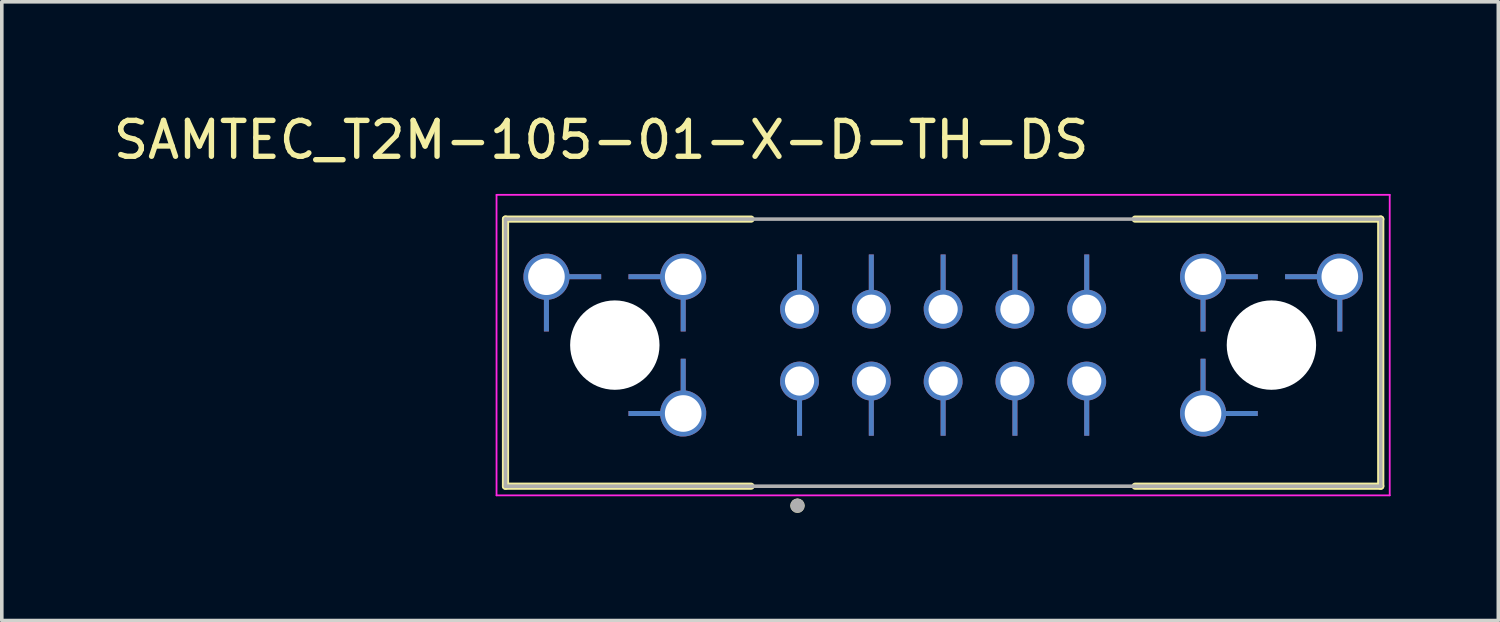
<source format=kicad_pcb>
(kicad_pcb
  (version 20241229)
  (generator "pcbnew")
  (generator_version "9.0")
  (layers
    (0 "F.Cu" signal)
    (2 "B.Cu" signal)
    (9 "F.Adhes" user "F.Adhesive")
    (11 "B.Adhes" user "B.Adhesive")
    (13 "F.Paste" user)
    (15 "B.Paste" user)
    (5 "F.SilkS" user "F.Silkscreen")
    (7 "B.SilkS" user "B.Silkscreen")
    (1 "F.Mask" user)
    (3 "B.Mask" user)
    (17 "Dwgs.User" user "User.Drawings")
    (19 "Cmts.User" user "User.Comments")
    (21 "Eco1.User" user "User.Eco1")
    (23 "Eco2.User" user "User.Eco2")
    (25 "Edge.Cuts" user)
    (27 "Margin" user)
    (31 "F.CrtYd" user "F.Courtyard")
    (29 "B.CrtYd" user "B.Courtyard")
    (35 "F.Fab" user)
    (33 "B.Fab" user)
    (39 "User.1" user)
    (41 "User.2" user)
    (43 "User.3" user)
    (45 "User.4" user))
  (footprint "SAMTEC_T2M-105-01-X-D-TH-DS"
    (layer "F.Cu")
    (at 23.221 6.563)
    (property "Reference" "SAMTEC_T2M-105-01-X-D-TH-DS" (at -9.525 -5.715 0) (layer "F.SilkS") (effects (font (size 1 1) (thickness 0.15))))
    (attr through_hole)
    (fp_poly (pts (xy -4.615 1.15) (xy -4.635 1) (xy -4.634 0.967) (xy -4.632 0.934) (xy -4.627 0.901) (xy -4.621 0.868) (xy -4.613 0.836) (xy -4.604 0.804) (xy -4.593 0.772) (xy -4.58 0.742) (xy -4.566 0.712) (xy -4.55 0.683) (xy -4.533 0.654) (xy -4.514 0.627) (xy -4.493 0.6) (xy -4.472 0.575) (xy -4.449 0.551) (xy -4.425 0.528) (xy -4.4 0.507) (xy -4.373 0.486) (xy -4.346 0.467) (xy -4.317 0.45) (xy -4.288 0.434) (xy -4.258 0.42) (xy -4.228 0.407) (xy -4.196 0.396) (xy -4.164 0.387) (xy -4.132 0.379) (xy -4.099 0.373) (xy -4.066 0.368) (xy -4.033 0.366) (xy -4 0.365) (xy -3.967 0.366) (xy -3.934 0.368) (xy -3.901 0.373) (xy -3.868 0.379) (xy -3.836 0.387) (xy -3.804 0.396) (xy -3.772 0.407) (xy -3.742 0.42) (xy -3.712 0.434) (xy -3.683 0.45) (xy -3.654 0.467) (xy -3.627 0.486) (xy -3.6 0.507) (xy -3.575 0.528) (xy -3.551 0.551) (xy -3.528 0.575) (xy -3.507 0.6) (xy -3.486 0.627) (xy -3.467 0.654) (xy -3.45 0.683) (xy -3.434 0.712) (xy -3.42 0.742) (xy -3.407 0.772) (xy -3.396 0.804) (xy -3.387 0.836) (xy -3.379 0.868) (xy -3.373 0.901) (xy -3.368 0.934) (xy -3.366 0.967) (xy -3.365 1) (xy -3.385 1.15) (xy -3.39 1.171) (xy -3.397 1.193) (xy -3.404 1.215) (xy -3.412 1.236) (xy -3.42 1.257) (xy -3.429 1.278) (xy -3.44 1.298) (xy -3.45 1.318) (xy -3.462 1.337) (xy -3.474 1.356) (xy -3.487 1.375) (xy -3.501 1.393) (xy -3.515 1.411) (xy -3.53 1.428) (xy -3.545 1.444) (xy -3.561 1.46) (xy -3.578 1.476) (xy -3.595 1.491) (xy -3.612 1.505) (xy -3.631 1.518) (xy -3.649 1.531) (xy -3.668 1.543) (xy -3.688 1.555) (xy -3.708 1.566) (xy -3.728 1.576) (xy -3.749 1.585) (xy -3.77 1.594) (xy -3.791 1.602) (xy -3.813 1.609) (xy -3.835 1.615) (xy -3.835 2.62) (xy -4.165 2.62) (xy -4.165 1.615) (xy -4.186 1.608) (xy -4.208 1.601) (xy -4.229 1.593) (xy -4.25 1.584) (xy -4.27 1.575) (xy -4.29 1.564) (xy -4.31 1.553) (xy -4.33 1.542) (xy -4.349 1.529) (xy -4.367 1.516) (xy -4.385 1.503) (xy -4.403 1.488) (xy -4.42 1.474) (xy -4.437 1.458) (xy -4.453 1.442) (xy -4.468 1.426) (xy -4.483 1.408) (xy -4.497 1.391) (xy -4.511 1.373) (xy -4.524 1.354) (xy -4.536 1.335) (xy -4.548 1.316) (xy -4.559 1.296) (xy -4.569 1.276) (xy -4.579 1.255) (xy -4.587 1.234) (xy -4.596 1.213) (xy -4.603 1.192) (xy -4.61 1.17) (xy -4.615 1.15)) (stroke (width 0.01) (type solid)) (fill yes) (layer "F.Mask"))
    (fp_poly (pts (xy -3.385 -1.15) (xy -3.365 -1) (xy -3.366 -0.967) (xy -3.368 -0.934) (xy -3.373 -0.901) (xy -3.379 -0.868) (xy -3.387 -0.836) (xy -3.396 -0.804) (xy -3.407 -0.772) (xy -3.42 -0.742) (xy -3.434 -0.712) (xy -3.45 -0.683) (xy -3.467 -0.654) (xy -3.486 -0.627) (xy -3.507 -0.6) (xy -3.528 -0.575) (xy -3.551 -0.551) (xy -3.575 -0.528) (xy -3.6 -0.507) (xy -3.627 -0.486) (xy -3.654 -0.467) (xy -3.683 -0.45) (xy -3.712 -0.434) (xy -3.742 -0.42) (xy -3.772 -0.407) (xy -3.804 -0.396) (xy -3.836 -0.387) (xy -3.868 -0.379) (xy -3.901 -0.373) (xy -3.934 -0.368) (xy -3.967 -0.366) (xy -4 -0.365) (xy -4.033 -0.366) (xy -4.066 -0.368) (xy -4.099 -0.373) (xy -4.132 -0.379) (xy -4.164 -0.387) (xy -4.196 -0.396) (xy -4.228 -0.407) (xy -4.258 -0.42) (xy -4.288 -0.434) (xy -4.317 -0.45) (xy -4.346 -0.467) (xy -4.373 -0.486) (xy -4.4 -0.507) (xy -4.425 -0.528) (xy -4.449 -0.551) (xy -4.472 -0.575) (xy -4.493 -0.6) (xy -4.514 -0.627) (xy -4.533 -0.654) (xy -4.55 -0.682) (xy -4.566 -0.712) (xy -4.58 -0.742) (xy -4.593 -0.772) (xy -4.604 -0.804) (xy -4.613 -0.836) (xy -4.621 -0.868) (xy -4.627 -0.901) (xy -4.632 -0.934) (xy -4.634 -0.967) (xy -4.635 -1) (xy -4.615 -1.15) (xy -4.61 -1.171) (xy -4.603 -1.193) (xy -4.596 -1.215) (xy -4.588 -1.236) (xy -4.58 -1.257) (xy -4.571 -1.278) (xy -4.56 -1.298) (xy -4.55 -1.318) (xy -4.538 -1.337) (xy -4.526 -1.356) (xy -4.513 -1.375) (xy -4.499 -1.393) (xy -4.485 -1.411) (xy -4.47 -1.428) (xy -4.455 -1.444) (xy -4.439 -1.46) (xy -4.422 -1.476) (xy -4.405 -1.491) (xy -4.388 -1.505) (xy -4.369 -1.518) (xy -4.351 -1.531) (xy -4.332 -1.543) (xy -4.312 -1.555) (xy -4.292 -1.566) (xy -4.272 -1.576) (xy -4.251 -1.585) (xy -4.23 -1.594) (xy -4.209 -1.602) (xy -4.187 -1.609) (xy -4.165 -1.615) (xy -4.165 -2.62) (xy -3.835 -2.62) (xy -3.835 -1.615) (xy -3.814 -1.608) (xy -3.792 -1.601) (xy -3.771 -1.593) (xy -3.75 -1.584) (xy -3.73 -1.575) (xy -3.71 -1.564) (xy -3.69 -1.553) (xy -3.67 -1.542) (xy -3.651 -1.529) (xy -3.633 -1.516) (xy -3.615 -1.503) (xy -3.597 -1.488) (xy -3.58 -1.474) (xy -3.563 -1.458) (xy -3.547 -1.442) (xy -3.532 -1.426) (xy -3.517 -1.408) (xy -3.503 -1.391) (xy -3.489 -1.373) (xy -3.476 -1.354) (xy -3.464 -1.335) (xy -3.452 -1.316) (xy -3.441 -1.296) (xy -3.431 -1.276) (xy -3.421 -1.255) (xy -3.413 -1.234) (xy -3.404 -1.213) (xy -3.397 -1.192) (xy -3.39 -1.17) (xy -3.385 -1.15)) (stroke (width 0.01) (type solid)) (fill yes) (layer "F.Mask"))
    (fp_poly (pts (xy -2.615 1.15) (xy -2.635 1) (xy -2.634 0.967) (xy -2.632 0.934) (xy -2.627 0.901) (xy -2.621 0.868) (xy -2.613 0.836) (xy -2.604 0.804) (xy -2.593 0.772) (xy -2.58 0.742) (xy -2.566 0.712) (xy -2.55 0.683) (xy -2.533 0.654) (xy -2.514 0.627) (xy -2.493 0.6) (xy -2.472 0.575) (xy -2.449 0.551) (xy -2.425 0.528) (xy -2.4 0.507) (xy -2.373 0.486) (xy -2.346 0.467) (xy -2.317 0.45) (xy -2.288 0.434) (xy -2.258 0.42) (xy -2.228 0.407) (xy -2.196 0.396) (xy -2.164 0.387) (xy -2.132 0.379) (xy -2.099 0.373) (xy -2.066 0.368) (xy -2.033 0.366) (xy -2 0.365) (xy -1.967 0.366) (xy -1.934 0.368) (xy -1.901 0.373) (xy -1.868 0.379) (xy -1.836 0.387) (xy -1.804 0.396) (xy -1.772 0.407) (xy -1.742 0.42) (xy -1.712 0.434) (xy -1.682 0.45) (xy -1.654 0.467) (xy -1.627 0.486) (xy -1.6 0.507) (xy -1.575 0.528) (xy -1.551 0.551) (xy -1.528 0.575) (xy -1.507 0.6) (xy -1.486 0.627) (xy -1.467 0.654) (xy -1.45 0.683) (xy -1.434 0.712) (xy -1.42 0.742) (xy -1.407 0.772) (xy -1.396 0.804) (xy -1.387 0.836) (xy -1.379 0.868) (xy -1.373 0.901) (xy -1.368 0.934) (xy -1.366 0.967) (xy -1.365 1) (xy -1.385 1.15) (xy -1.39 1.171) (xy -1.397 1.193) (xy -1.404 1.215) (xy -1.412 1.236) (xy -1.42 1.257) (xy -1.429 1.278) (xy -1.44 1.298) (xy -1.45 1.318) (xy -1.462 1.337) (xy -1.474 1.356) (xy -1.487 1.375) (xy -1.501 1.393) (xy -1.515 1.411) (xy -1.53 1.428) (xy -1.545 1.444) (xy -1.561 1.46) (xy -1.578 1.476) (xy -1.595 1.491) (xy -1.612 1.505) (xy -1.631 1.518) (xy -1.649 1.531) (xy -1.668 1.543) (xy -1.688 1.555) (xy -1.708 1.566) (xy -1.728 1.576) (xy -1.749 1.585) (xy -1.77 1.594) (xy -1.791 1.602) (xy -1.813 1.609) (xy -1.835 1.615) (xy -1.835 2.62) (xy -2.165 2.62) (xy -2.165 1.615) (xy -2.186 1.608) (xy -2.208 1.601) (xy -2.229 1.593) (xy -2.25 1.584) (xy -2.27 1.575) (xy -2.29 1.564) (xy -2.31 1.553) (xy -2.33 1.542) (xy -2.349 1.529) (xy -2.367 1.516) (xy -2.385 1.503) (xy -2.403 1.488) (xy -2.42 1.474) (xy -2.437 1.458) (xy -2.453 1.442) (xy -2.468 1.426) (xy -2.483 1.408) (xy -2.497 1.391) (xy -2.511 1.373) (xy -2.524 1.354) (xy -2.536 1.335) (xy -2.548 1.316) (xy -2.559 1.296) (xy -2.569 1.276) (xy -2.579 1.255) (xy -2.587 1.234) (xy -2.596 1.213) (xy -2.603 1.192) (xy -2.61 1.17) (xy -2.615 1.15)) (stroke (width 0.01) (type solid)) (fill yes) (layer "F.Mask"))
    (fp_poly (pts (xy -1.385 -1.15) (xy -1.365 -1) (xy -1.366 -0.967) (xy -1.368 -0.934) (xy -1.373 -0.901) (xy -1.379 -0.868) (xy -1.387 -0.836) (xy -1.396 -0.804) (xy -1.407 -0.772) (xy -1.42 -0.742) (xy -1.434 -0.712) (xy -1.45 -0.683) (xy -1.467 -0.654) (xy -1.486 -0.627) (xy -1.507 -0.6) (xy -1.528 -0.575) (xy -1.551 -0.551) (xy -1.575 -0.528) (xy -1.6 -0.507) (xy -1.627 -0.486) (xy -1.654 -0.467) (xy -1.682 -0.45) (xy -1.712 -0.434) (xy -1.742 -0.42) (xy -1.772 -0.407) (xy -1.804 -0.396) (xy -1.836 -0.387) (xy -1.868 -0.379) (xy -1.901 -0.373) (xy -1.934 -0.368) (xy -1.967 -0.366) (xy -2 -0.365) (xy -2.033 -0.366) (xy -2.066 -0.368) (xy -2.099 -0.373) (xy -2.132 -0.379) (xy -2.164 -0.387) (xy -2.196 -0.396) (xy -2.228 -0.407) (xy -2.258 -0.42) (xy -2.288 -0.434) (xy -2.317 -0.45) (xy -2.346 -0.467) (xy -2.373 -0.486) (xy -2.4 -0.507) (xy -2.425 -0.528) (xy -2.449 -0.551) (xy -2.472 -0.575) (xy -2.493 -0.6) (xy -2.514 -0.627) (xy -2.533 -0.654) (xy -2.55 -0.682) (xy -2.566 -0.712) (xy -2.58 -0.742) (xy -2.593 -0.772) (xy -2.604 -0.804) (xy -2.613 -0.836) (xy -2.621 -0.868) (xy -2.627 -0.901) (xy -2.632 -0.934) (xy -2.634 -0.967) (xy -2.635 -1) (xy -2.615 -1.15) (xy -2.61 -1.171) (xy -2.603 -1.193) (xy -2.596 -1.215) (xy -2.588 -1.236) (xy -2.58 -1.257) (xy -2.571 -1.278) (xy -2.56 -1.298) (xy -2.55 -1.318) (xy -2.538 -1.337) (xy -2.526 -1.356) (xy -2.513 -1.375) (xy -2.499 -1.393) (xy -2.485 -1.411) (xy -2.47 -1.428) (xy -2.455 -1.444) (xy -2.439 -1.46) (xy -2.422 -1.476) (xy -2.405 -1.491) (xy -2.388 -1.505) (xy -2.369 -1.518) (xy -2.351 -1.531) (xy -2.332 -1.543) (xy -2.312 -1.555) (xy -2.292 -1.566) (xy -2.272 -1.576) (xy -2.251 -1.585) (xy -2.23 -1.594) (xy -2.209 -1.602) (xy -2.187 -1.609) (xy -2.165 -1.615) (xy -2.165 -2.62) (xy -1.835 -2.62) (xy -1.835 -1.615) (xy -1.814 -1.608) (xy -1.792 -1.601) (xy -1.771 -1.593) (xy -1.75 -1.584) (xy -1.73 -1.575) (xy -1.71 -1.564) (xy -1.69 -1.553) (xy -1.67 -1.542) (xy -1.651 -1.529) (xy -1.633 -1.516) (xy -1.615 -1.503) (xy -1.597 -1.488) (xy -1.58 -1.474) (xy -1.563 -1.458) (xy -1.547 -1.442) (xy -1.532 -1.426) (xy -1.517 -1.408) (xy -1.503 -1.391) (xy -1.489 -1.373) (xy -1.476 -1.354) (xy -1.464 -1.335) (xy -1.452 -1.316) (xy -1.441 -1.296) (xy -1.431 -1.276) (xy -1.421 -1.255) (xy -1.413 -1.234) (xy -1.404 -1.213) (xy -1.397 -1.192) (xy -1.39 -1.17) (xy -1.385 -1.15)) (stroke (width 0.01) (type solid)) (fill yes) (layer "F.Mask"))
    (fp_poly (pts (xy -0.615 1.15) (xy -0.635 1) (xy -0.634 0.967) (xy -0.632 0.934) (xy -0.627 0.901) (xy -0.621 0.868) (xy -0.613 0.836) (xy -0.604 0.804) (xy -0.593 0.772) (xy -0.58 0.742) (xy -0.566 0.712) (xy -0.55 0.683) (xy -0.533 0.654) (xy -0.514 0.627) (xy -0.493 0.6) (xy -0.472 0.575) (xy -0.449 0.551) (xy -0.425 0.528) (xy -0.4 0.507) (xy -0.373 0.486) (xy -0.346 0.467) (xy -0.317 0.45) (xy -0.288 0.434) (xy -0.258 0.42) (xy -0.228 0.407) (xy -0.196 0.396) (xy -0.164 0.387) (xy -0.132 0.379) (xy -0.099 0.373) (xy -0.066 0.368) (xy -0.033 0.366) (xy 0 0.365) (xy 0.033 0.366) (xy 0.066 0.368) (xy 0.099 0.373) (xy 0.132 0.379) (xy 0.164 0.387) (xy 0.196 0.396) (xy 0.228 0.407) (xy 0.258 0.42) (xy 0.288 0.434) (xy 0.318 0.45) (xy 0.346 0.467) (xy 0.373 0.486) (xy 0.4 0.507) (xy 0.425 0.528) (xy 0.449 0.551) (xy 0.472 0.575) (xy 0.493 0.6) (xy 0.514 0.627) (xy 0.533 0.654) (xy 0.55 0.683) (xy 0.566 0.712) (xy 0.58 0.742) (xy 0.593 0.772) (xy 0.604 0.804) (xy 0.613 0.836) (xy 0.621 0.868) (xy 0.627 0.901) (xy 0.632 0.934) (xy 0.634 0.967) (xy 0.635 1) (xy 0.615 1.15) (xy 0.61 1.171) (xy 0.603 1.193) (xy 0.596 1.215) (xy 0.588 1.236) (xy 0.58 1.257) (xy 0.571 1.278) (xy 0.56 1.298) (xy 0.55 1.318) (xy 0.538 1.337) (xy 0.526 1.356) (xy 0.513 1.375) (xy 0.499 1.393) (xy 0.485 1.411) (xy 0.47 1.428) (xy 0.455 1.444) (xy 0.439 1.46) (xy 0.422 1.476) (xy 0.405 1.491) (xy 0.388 1.505) (xy 0.369 1.518) (xy 0.351 1.531) (xy 0.332 1.543) (xy 0.312 1.555) (xy 0.292 1.566) (xy 0.272 1.576) (xy 0.251 1.585) (xy 0.23 1.594) (xy 0.209 1.602) (xy 0.187 1.609) (xy 0.165 1.615) (xy 0.165 2.62) (xy -0.165 2.62) (xy -0.165 1.615) (xy -0.186 1.608) (xy -0.208 1.601) (xy -0.229 1.593) (xy -0.25 1.584) (xy -0.27 1.575) (xy -0.29 1.564) (xy -0.31 1.553) (xy -0.33 1.542) (xy -0.349 1.529) (xy -0.367 1.516) (xy -0.385 1.503) (xy -0.403 1.488) (xy -0.42 1.474) (xy -0.437 1.458) (xy -0.453 1.442) (xy -0.468 1.426) (xy -0.483 1.408) (xy -0.497 1.391) (xy -0.511 1.373) (xy -0.524 1.354) (xy -0.536 1.335) (xy -0.548 1.316) (xy -0.559 1.296) (xy -0.569 1.276) (xy -0.579 1.255) (xy -0.587 1.234) (xy -0.596 1.213) (xy -0.603 1.192) (xy -0.61 1.17) (xy -0.615 1.15)) (stroke (width 0.01) (type solid)) (fill yes) (layer "F.Mask"))
    (fp_poly (pts (xy 0.615 -1.15) (xy 0.635 -1) (xy 0.634 -0.967) (xy 0.632 -0.934) (xy 0.627 -0.901) (xy 0.621 -0.868) (xy 0.613 -0.836) (xy 0.604 -0.804) (xy 0.593 -0.772) (xy 0.58 -0.742) (xy 0.566 -0.712) (xy 0.55 -0.683) (xy 0.533 -0.654) (xy 0.514 -0.627) (xy 0.493 -0.6) (xy 0.472 -0.575) (xy 0.449 -0.551) (xy 0.425 -0.528) (xy 0.4 -0.507) (xy 0.373 -0.486) (xy 0.346 -0.467) (xy 0.318 -0.45) (xy 0.288 -0.434) (xy 0.258 -0.42) (xy 0.228 -0.407) (xy 0.196 -0.396) (xy 0.164 -0.387) (xy 0.132 -0.379) (xy 0.099 -0.373) (xy 0.066 -0.368) (xy 0.033 -0.366) (xy 0 -0.365) (xy -0.033 -0.366) (xy -0.066 -0.368) (xy -0.099 -0.373) (xy -0.132 -0.379) (xy -0.164 -0.387) (xy -0.196 -0.396) (xy -0.228 -0.407) (xy -0.258 -0.42) (xy -0.288 -0.434) (xy -0.318 -0.45) (xy -0.346 -0.467) (xy -0.373 -0.486) (xy -0.4 -0.507) (xy -0.425 -0.528) (xy -0.449 -0.551) (xy -0.472 -0.575) (xy -0.493 -0.6) (xy -0.514 -0.627) (xy -0.533 -0.654) (xy -0.55 -0.682) (xy -0.566 -0.712) (xy -0.58 -0.742) (xy -0.593 -0.772) (xy -0.604 -0.804) (xy -0.613 -0.836) (xy -0.621 -0.868) (xy -0.627 -0.901) (xy -0.632 -0.934) (xy -0.634 -0.967) (xy -0.635 -1) (xy -0.615 -1.15) (xy -0.61 -1.171) (xy -0.603 -1.193) (xy -0.596 -1.215) (xy -0.588 -1.236) (xy -0.58 -1.257) (xy -0.571 -1.278) (xy -0.56 -1.298) (xy -0.55 -1.318) (xy -0.538 -1.337) (xy -0.526 -1.356) (xy -0.513 -1.375) (xy -0.499 -1.393) (xy -0.485 -1.411) (xy -0.47 -1.428) (xy -0.455 -1.444) (xy -0.439 -1.46) (xy -0.422 -1.476) (xy -0.405 -1.491) (xy -0.388 -1.505) (xy -0.369 -1.518) (xy -0.351 -1.531) (xy -0.332 -1.543) (xy -0.312 -1.555) (xy -0.292 -1.566) (xy -0.272 -1.576) (xy -0.251 -1.585) (xy -0.23 -1.594) (xy -0.209 -1.602) (xy -0.187 -1.609) (xy -0.165 -1.615) (xy -0.165 -2.62) (xy 0.165 -2.62) (xy 0.165 -1.615) (xy 0.186 -1.608) (xy 0.208 -1.601) (xy 0.229 -1.593) (xy 0.25 -1.584) (xy 0.27 -1.575) (xy 0.29 -1.564) (xy 0.31 -1.553) (xy 0.33 -1.542) (xy 0.349 -1.529) (xy 0.367 -1.516) (xy 0.385 -1.503) (xy 0.403 -1.488) (xy 0.42 -1.474) (xy 0.437 -1.458) (xy 0.453 -1.442) (xy 0.468 -1.426) (xy 0.483 -1.408) (xy 0.497 -1.391) (xy 0.511 -1.373) (xy 0.524 -1.354) (xy 0.536 -1.335) (xy 0.548 -1.316) (xy 0.559 -1.296) (xy 0.569 -1.276) (xy 0.579 -1.255) (xy 0.587 -1.234) (xy 0.596 -1.213) (xy 0.603 -1.192) (xy 0.61 -1.17) (xy 0.615 -1.15)) (stroke (width 0.01) (type solid)) (fill yes) (layer "F.Mask"))
    (fp_poly (pts (xy 1.385 1.15) (xy 1.365 1) (xy 1.366 0.967) (xy 1.368 0.934) (xy 1.373 0.901) (xy 1.379 0.868) (xy 1.387 0.836) (xy 1.396 0.804) (xy 1.407 0.772) (xy 1.42 0.742) (xy 1.434 0.712) (xy 1.45 0.683) (xy 1.467 0.654) (xy 1.486 0.627) (xy 1.507 0.6) (xy 1.528 0.575) (xy 1.551 0.551) (xy 1.575 0.528) (xy 1.6 0.507) (xy 1.627 0.486) (xy 1.654 0.467) (xy 1.683 0.45) (xy 1.712 0.434) (xy 1.742 0.42) (xy 1.772 0.407) (xy 1.804 0.396) (xy 1.836 0.387) (xy 1.868 0.379) (xy 1.901 0.373) (xy 1.934 0.368) (xy 1.967 0.366) (xy 2 0.365) (xy 2.033 0.366) (xy 2.066 0.368) (xy 2.099 0.373) (xy 2.132 0.379) (xy 2.164 0.387) (xy 2.196 0.396) (xy 2.228 0.407) (xy 2.258 0.42) (xy 2.288 0.434) (xy 2.317 0.45) (xy 2.346 0.467) (xy 2.373 0.486) (xy 2.4 0.507) (xy 2.425 0.528) (xy 2.449 0.551) (xy 2.472 0.575) (xy 2.493 0.6) (xy 2.514 0.627) (xy 2.533 0.654) (xy 2.55 0.683) (xy 2.566 0.712) (xy 2.58 0.742) (xy 2.593 0.772) (xy 2.604 0.804) (xy 2.613 0.836) (xy 2.621 0.868) (xy 2.627 0.901) (xy 2.632 0.934) (xy 2.634 0.967) (xy 2.635 1) (xy 2.615 1.15) (xy 2.61 1.171) (xy 2.603 1.193) (xy 2.596 1.215) (xy 2.588 1.236) (xy 2.58 1.257) (xy 2.571 1.278) (xy 2.56 1.298) (xy 2.55 1.318) (xy 2.538 1.337) (xy 2.526 1.356) (xy 2.513 1.375) (xy 2.499 1.393) (xy 2.485 1.411) (xy 2.47 1.428) (xy 2.455 1.444) (xy 2.439 1.46) (xy 2.422 1.476) (xy 2.405 1.491) (xy 2.388 1.505) (xy 2.369 1.518) (xy 2.351 1.531) (xy 2.332 1.543) (xy 2.312 1.555) (xy 2.292 1.566) (xy 2.272 1.576) (xy 2.251 1.585) (xy 2.23 1.594) (xy 2.209 1.602) (xy 2.187 1.609) (xy 2.165 1.615) (xy 2.165 2.62) (xy 1.835 2.62) (xy 1.835 1.615) (xy 1.814 1.608) (xy 1.792 1.601) (xy 1.771 1.593) (xy 1.75 1.584) (xy 1.73 1.575) (xy 1.71 1.564) (xy 1.69 1.553) (xy 1.67 1.542) (xy 1.651 1.529) (xy 1.633 1.516) (xy 1.615 1.503) (xy 1.597 1.488) (xy 1.58 1.474) (xy 1.563 1.458) (xy 1.547 1.442) (xy 1.532 1.426) (xy 1.517 1.408) (xy 1.503 1.391) (xy 1.489 1.373) (xy 1.476 1.354) (xy 1.464 1.335) (xy 1.452 1.316) (xy 1.441 1.296) (xy 1.431 1.276) (xy 1.421 1.255) (xy 1.413 1.234) (xy 1.404 1.213) (xy 1.397 1.192) (xy 1.39 1.17) (xy 1.385 1.15)) (stroke (width 0.01) (type solid)) (fill yes) (layer "F.Mask"))
    (fp_poly (pts (xy 2.615 -1.15) (xy 2.635 -1) (xy 2.634 -0.967) (xy 2.632 -0.934) (xy 2.627 -0.901) (xy 2.621 -0.868) (xy 2.613 -0.836) (xy 2.604 -0.804) (xy 2.593 -0.772) (xy 2.58 -0.742) (xy 2.566 -0.712) (xy 2.55 -0.683) (xy 2.533 -0.654) (xy 2.514 -0.627) (xy 2.493 -0.6) (xy 2.472 -0.575) (xy 2.449 -0.551) (xy 2.425 -0.528) (xy 2.4 -0.507) (xy 2.373 -0.486) (xy 2.346 -0.467) (xy 2.317 -0.45) (xy 2.288 -0.434) (xy 2.258 -0.42) (xy 2.228 -0.407) (xy 2.196 -0.396) (xy 2.164 -0.387) (xy 2.132 -0.379) (xy 2.099 -0.373) (xy 2.066 -0.368) (xy 2.033 -0.366) (xy 2 -0.365) (xy 1.967 -0.366) (xy 1.934 -0.368) (xy 1.901 -0.373) (xy 1.868 -0.379) (xy 1.836 -0.387) (xy 1.804 -0.396) (xy 1.772 -0.407) (xy 1.742 -0.42) (xy 1.712 -0.434) (xy 1.682 -0.45) (xy 1.654 -0.467) (xy 1.627 -0.486) (xy 1.6 -0.507) (xy 1.575 -0.528) (xy 1.551 -0.551) (xy 1.528 -0.575) (xy 1.507 -0.6) (xy 1.486 -0.627) (xy 1.467 -0.654) (xy 1.45 -0.682) (xy 1.434 -0.712) (xy 1.42 -0.742) (xy 1.407 -0.772) (xy 1.396 -0.804) (xy 1.387 -0.836) (xy 1.379 -0.868) (xy 1.373 -0.901) (xy 1.368 -0.934) (xy 1.366 -0.967) (xy 1.365 -1) (xy 1.385 -1.15) (xy 1.39 -1.171) (xy 1.397 -1.193) (xy 1.404 -1.215) (xy 1.412 -1.236) (xy 1.42 -1.257) (xy 1.429 -1.278) (xy 1.44 -1.298) (xy 1.45 -1.318) (xy 1.462 -1.337) (xy 1.474 -1.356) (xy 1.487 -1.375) (xy 1.501 -1.393) (xy 1.515 -1.411) (xy 1.53 -1.428) (xy 1.545 -1.444) (xy 1.561 -1.46) (xy 1.578 -1.476) (xy 1.595 -1.491) (xy 1.612 -1.505) (xy 1.631 -1.518) (xy 1.649 -1.531) (xy 1.668 -1.543) (xy 1.688 -1.555) (xy 1.708 -1.566) (xy 1.728 -1.576) (xy 1.749 -1.585) (xy 1.77 -1.594) (xy 1.791 -1.602) (xy 1.813 -1.609) (xy 1.835 -1.615) (xy 1.835 -2.62) (xy 2.165 -2.62) (xy 2.165 -1.615) (xy 2.186 -1.608) (xy 2.208 -1.601) (xy 2.229 -1.593) (xy 2.25 -1.584) (xy 2.27 -1.575) (xy 2.29 -1.564) (xy 2.31 -1.553) (xy 2.33 -1.542) (xy 2.349 -1.529) (xy 2.367 -1.516) (xy 2.385 -1.503) (xy 2.403 -1.488) (xy 2.42 -1.474) (xy 2.437 -1.458) (xy 2.453 -1.442) (xy 2.468 -1.426) (xy 2.483 -1.408) (xy 2.497 -1.391) (xy 2.511 -1.373) (xy 2.524 -1.354) (xy 2.536 -1.335) (xy 2.548 -1.316) (xy 2.559 -1.296) (xy 2.569 -1.276) (xy 2.579 -1.255) (xy 2.587 -1.234) (xy 2.596 -1.213) (xy 2.603 -1.192) (xy 2.61 -1.17) (xy 2.615 -1.15)) (stroke (width 0.01) (type solid)) (fill yes) (layer "F.Mask"))
    (fp_poly (pts (xy 3.385 1.15) (xy 3.365 1) (xy 3.366 0.967) (xy 3.368 0.934) (xy 3.373 0.901) (xy 3.379 0.868) (xy 3.387 0.836) (xy 3.396 0.804) (xy 3.407 0.772) (xy 3.42 0.742) (xy 3.434 0.712) (xy 3.45 0.683) (xy 3.467 0.654) (xy 3.486 0.627) (xy 3.507 0.6) (xy 3.528 0.575) (xy 3.551 0.551) (xy 3.575 0.528) (xy 3.6 0.507) (xy 3.627 0.486) (xy 3.654 0.467) (xy 3.683 0.45) (xy 3.712 0.434) (xy 3.742 0.42) (xy 3.772 0.407) (xy 3.804 0.396) (xy 3.836 0.387) (xy 3.868 0.379) (xy 3.901 0.373) (xy 3.934 0.368) (xy 3.967 0.366) (xy 4 0.365) (xy 4.033 0.366) (xy 4.066 0.368) (xy 4.099 0.373) (xy 4.132 0.379) (xy 4.164 0.387) (xy 4.196 0.396) (xy 4.228 0.407) (xy 4.258 0.42) (xy 4.288 0.434) (xy 4.317 0.45) (xy 4.346 0.467) (xy 4.373 0.486) (xy 4.4 0.507) (xy 4.425 0.528) (xy 4.449 0.551) (xy 4.472 0.575) (xy 4.493 0.6) (xy 4.514 0.627) (xy 4.533 0.654) (xy 4.55 0.683) (xy 4.566 0.712) (xy 4.58 0.742) (xy 4.593 0.772) (xy 4.604 0.804) (xy 4.613 0.836) (xy 4.621 0.868) (xy 4.627 0.901) (xy 4.632 0.934) (xy 4.634 0.967) (xy 4.635 1) (xy 4.615 1.15) (xy 4.61 1.171) (xy 4.603 1.193) (xy 4.596 1.215) (xy 4.588 1.236) (xy 4.58 1.257) (xy 4.571 1.278) (xy 4.56 1.298) (xy 4.55 1.318) (xy 4.538 1.337) (xy 4.526 1.356) (xy 4.513 1.375) (xy 4.499 1.393) (xy 4.485 1.411) (xy 4.47 1.428) (xy 4.455 1.444) (xy 4.439 1.46) (xy 4.422 1.476) (xy 4.405 1.491) (xy 4.388 1.505) (xy 4.369 1.518) (xy 4.351 1.531) (xy 4.332 1.543) (xy 4.312 1.555) (xy 4.292 1.566) (xy 4.272 1.576) (xy 4.251 1.585) (xy 4.23 1.594) (xy 4.209 1.602) (xy 4.187 1.609) (xy 4.165 1.615) (xy 4.165 2.62) (xy 3.835 2.62) (xy 3.835 1.615) (xy 3.814 1.608) (xy 3.792 1.601) (xy 3.771 1.593) (xy 3.75 1.584) (xy 3.73 1.575) (xy 3.71 1.564) (xy 3.69 1.553) (xy 3.67 1.542) (xy 3.651 1.529) (xy 3.633 1.516) (xy 3.615 1.503) (xy 3.597 1.488) (xy 3.58 1.474) (xy 3.563 1.458) (xy 3.547 1.442) (xy 3.532 1.426) (xy 3.517 1.408) (xy 3.503 1.391) (xy 3.489 1.373) (xy 3.476 1.354) (xy 3.464 1.335) (xy 3.452 1.316) (xy 3.441 1.296) (xy 3.431 1.276) (xy 3.421 1.255) (xy 3.413 1.234) (xy 3.404 1.213) (xy 3.397 1.192) (xy 3.39 1.17) (xy 3.385 1.15)) (stroke (width 0.01) (type solid)) (fill yes) (layer "F.Mask"))
    (fp_poly (pts (xy 4.615 -1.15) (xy 4.635 -1) (xy 4.634 -0.967) (xy 4.632 -0.934) (xy 4.627 -0.901) (xy 4.621 -0.868) (xy 4.613 -0.836) (xy 4.604 -0.804) (xy 4.593 -0.772) (xy 4.58 -0.742) (xy 4.566 -0.712) (xy 4.55 -0.683) (xy 4.533 -0.654) (xy 4.514 -0.627) (xy 4.493 -0.6) (xy 4.472 -0.575) (xy 4.449 -0.551) (xy 4.425 -0.528) (xy 4.4 -0.507) (xy 4.373 -0.486) (xy 4.346 -0.467) (xy 4.317 -0.45) (xy 4.288 -0.434) (xy 4.258 -0.42) (xy 4.228 -0.407) (xy 4.196 -0.396) (xy 4.164 -0.387) (xy 4.132 -0.379) (xy 4.099 -0.373) (xy 4.066 -0.368) (xy 4.033 -0.366) (xy 4 -0.365) (xy 3.967 -0.366) (xy 3.934 -0.368) (xy 3.901 -0.373) (xy 3.868 -0.379) (xy 3.836 -0.387) (xy 3.804 -0.396) (xy 3.772 -0.407) (xy 3.742 -0.42) (xy 3.712 -0.434) (xy 3.682 -0.45) (xy 3.654 -0.467) (xy 3.627 -0.486) (xy 3.6 -0.507) (xy 3.575 -0.528) (xy 3.551 -0.551) (xy 3.528 -0.575) (xy 3.507 -0.6) (xy 3.486 -0.627) (xy 3.467 -0.654) (xy 3.45 -0.682) (xy 3.434 -0.712) (xy 3.42 -0.742) (xy 3.407 -0.772) (xy 3.396 -0.804) (xy 3.387 -0.836) (xy 3.379 -0.868) (xy 3.373 -0.901) (xy 3.368 -0.934) (xy 3.366 -0.967) (xy 3.365 -1) (xy 3.385 -1.15) (xy 3.39 -1.171) (xy 3.397 -1.193) (xy 3.404 -1.215) (xy 3.412 -1.236) (xy 3.42 -1.257) (xy 3.429 -1.278) (xy 3.44 -1.298) (xy 3.45 -1.318) (xy 3.462 -1.337) (xy 3.474 -1.356) (xy 3.487 -1.375) (xy 3.501 -1.393) (xy 3.515 -1.411) (xy 3.53 -1.428) (xy 3.545 -1.444) (xy 3.561 -1.46) (xy 3.578 -1.476) (xy 3.595 -1.491) (xy 3.612 -1.505) (xy 3.631 -1.518) (xy 3.649 -1.531) (xy 3.668 -1.543) (xy 3.688 -1.555) (xy 3.708 -1.566) (xy 3.728 -1.576) (xy 3.749 -1.585) (xy 3.77 -1.594) (xy 3.791 -1.602) (xy 3.813 -1.609) (xy 3.835 -1.615) (xy 3.835 -2.62) (xy 4.165 -2.62) (xy 4.165 -1.615) (xy 4.186 -1.608) (xy 4.208 -1.601) (xy 4.229 -1.593) (xy 4.25 -1.584) (xy 4.27 -1.575) (xy 4.29 -1.564) (xy 4.31 -1.553) (xy 4.33 -1.542) (xy 4.349 -1.529) (xy 4.367 -1.516) (xy 4.385 -1.503) (xy 4.403 -1.488) (xy 4.42 -1.474) (xy 4.437 -1.458) (xy 4.453 -1.442) (xy 4.468 -1.426) (xy 4.483 -1.408) (xy 4.497 -1.391) (xy 4.511 -1.373) (xy 4.524 -1.354) (xy 4.536 -1.335) (xy 4.548 -1.316) (xy 4.559 -1.296) (xy 4.569 -1.276) (xy 4.579 -1.255) (xy 4.587 -1.234) (xy 4.596 -1.213) (xy 4.603 -1.192) (xy 4.61 -1.17) (xy 4.615 -1.15)) (stroke (width 0.01) (type solid)) (fill yes) (layer "F.Mask"))
    (fp_poly (pts (xy -11.05 -2.64) (xy -10.9 -2.63) (xy -10.872 -2.623) (xy -10.845 -2.615) (xy -10.818 -2.606) (xy -10.792 -2.597) (xy -10.766 -2.586) (xy -10.741 -2.574) (xy -10.716 -2.562) (xy -10.691 -2.548) (xy -10.667 -2.534) (xy -10.644 -2.519) (xy -10.621 -2.503) (xy -10.599 -2.486) (xy -10.577 -2.468) (xy -10.556 -2.45) (xy -10.536 -2.43) (xy -10.516 -2.411) (xy -10.497 -2.39) (xy -10.479 -2.369) (xy -10.462 -2.347) (xy -10.446 -2.324) (xy -10.43 -2.301) (xy -10.415 -2.277) (xy -10.401 -2.253) (xy -10.388 -2.228) (xy -10.376 -2.203) (xy -10.365 -2.177) (xy -10.355 -2.151) (xy -10.346 -2.125) (xy -10.337 -2.098) (xy -10.33 -2.07) (xy -9.43 -2.07) (xy -9.43 -1.74) (xy -10.33 -1.74) (xy -10.338 -1.711) (xy -10.347 -1.685) (xy -10.356 -1.659) (xy -10.366 -1.634) (xy -10.377 -1.609) (xy -10.389 -1.585) (xy -10.402 -1.561) (xy -10.416 -1.537) (xy -10.43 -1.514) (xy -10.445 -1.492) (xy -10.461 -1.47) (xy -10.478 -1.448) (xy -10.495 -1.427) (xy -10.514 -1.407) (xy -10.533 -1.388) (xy -10.552 -1.369) (xy -10.572 -1.35) (xy -10.593 -1.333) (xy -10.615 -1.316) (xy -10.637 -1.3) (xy -10.659 -1.285) (xy -10.682 -1.271) (xy -10.706 -1.257) (xy -10.73 -1.244) (xy -10.754 -1.232) (xy -10.779 -1.221) (xy -10.804 -1.211) (xy -10.83 -1.202) (xy -10.856 -1.193) (xy -10.885 -1.185) (xy -10.885 -0.285) (xy -11.215 -0.285) (xy -11.215 -1.185) (xy -11.24 -1.192) (xy -11.267 -1.2) (xy -11.293 -1.209) (xy -11.319 -1.219) (xy -11.344 -1.23) (xy -11.369 -1.242) (xy -11.394 -1.255) (xy -11.418 -1.269) (xy -11.442 -1.284) (xy -11.465 -1.299) (xy -11.487 -1.316) (xy -11.509 -1.333) (xy -11.53 -1.351) (xy -11.551 -1.369) (xy -11.571 -1.389) (xy -11.59 -1.409) (xy -11.608 -1.43) (xy -11.626 -1.452) (xy -11.643 -1.474) (xy -11.659 -1.496) (xy -11.674 -1.52) (xy -11.688 -1.544) (xy -11.701 -1.568) (xy -11.714 -1.593) (xy -11.725 -1.618) (xy -11.736 -1.644) (xy -11.746 -1.67) (xy -11.754 -1.696) (xy -11.762 -1.723) (xy -11.77 -1.755) (xy -11.785 -1.905) (xy -11.784 -1.943) (xy -11.781 -1.982) (xy -11.776 -2.02) (xy -11.769 -2.058) (xy -11.76 -2.095) (xy -11.749 -2.132) (xy -11.736 -2.168) (xy -11.721 -2.204) (xy -11.705 -2.239) (xy -11.687 -2.272) (xy -11.666 -2.305) (xy -11.645 -2.337) (xy -11.621 -2.368) (xy -11.596 -2.397) (xy -11.57 -2.425) (xy -11.542 -2.451) (xy -11.513 -2.476) (xy -11.482 -2.5) (xy -11.45 -2.521) (xy -11.418 -2.542) (xy -11.384 -2.56) (xy -11.349 -2.576) (xy -11.313 -2.591) (xy -11.277 -2.604) (xy -11.24 -2.615) (xy -11.203 -2.624) (xy -11.165 -2.631) (xy -11.127 -2.636) (xy -11.088 -2.639) (xy -11.05 -2.64)) (stroke (width 0.01) (type solid)) (fill yes) (layer "F.Mask"))
    (fp_poly (pts (xy -7.24 -2.64) (xy -7.39 -2.63) (xy -7.418 -2.623) (xy -7.445 -2.615) (xy -7.472 -2.606) (xy -7.498 -2.597) (xy -7.524 -2.586) (xy -7.549 -2.574) (xy -7.574 -2.562) (xy -7.599 -2.548) (xy -7.623 -2.534) (xy -7.646 -2.519) (xy -7.669 -2.503) (xy -7.691 -2.486) (xy -7.713 -2.468) (xy -7.734 -2.45) (xy -7.754 -2.43) (xy -7.774 -2.411) (xy -7.793 -2.39) (xy -7.811 -2.369) (xy -7.828 -2.347) (xy -7.844 -2.324) (xy -7.86 -2.301) (xy -7.875 -2.277) (xy -7.889 -2.253) (xy -7.902 -2.228) (xy -7.914 -2.203) (xy -7.925 -2.177) (xy -7.935 -2.151) (xy -7.944 -2.125) (xy -7.953 -2.098) (xy -7.96 -2.07) (xy -8.86 -2.07) (xy -8.86 -1.74) (xy -7.96 -1.74) (xy -7.952 -1.711) (xy -7.943 -1.685) (xy -7.934 -1.659) (xy -7.924 -1.634) (xy -7.913 -1.609) (xy -7.901 -1.585) (xy -7.888 -1.561) (xy -7.874 -1.537) (xy -7.86 -1.514) (xy -7.845 -1.492) (xy -7.829 -1.47) (xy -7.812 -1.448) (xy -7.795 -1.427) (xy -7.776 -1.407) (xy -7.757 -1.388) (xy -7.738 -1.369) (xy -7.718 -1.35) (xy -7.697 -1.333) (xy -7.675 -1.316) (xy -7.653 -1.3) (xy -7.631 -1.285) (xy -7.608 -1.271) (xy -7.584 -1.257) (xy -7.56 -1.244) (xy -7.536 -1.232) (xy -7.511 -1.221) (xy -7.486 -1.211) (xy -7.46 -1.202) (xy -7.434 -1.193) (xy -7.405 -1.185) (xy -7.405 -0.285) (xy -7.075 -0.285) (xy -7.075 -1.185) (xy -7.05 -1.192) (xy -7.023 -1.2) (xy -6.997 -1.209) (xy -6.971 -1.219) (xy -6.946 -1.23) (xy -6.921 -1.242) (xy -6.896 -1.255) (xy -6.872 -1.269) (xy -6.848 -1.284) (xy -6.825 -1.299) (xy -6.803 -1.316) (xy -6.781 -1.333) (xy -6.76 -1.351) (xy -6.739 -1.369) (xy -6.719 -1.389) (xy -6.7 -1.409) (xy -6.682 -1.43) (xy -6.664 -1.452) (xy -6.647 -1.474) (xy -6.631 -1.496) (xy -6.616 -1.52) (xy -6.602 -1.544) (xy -6.589 -1.568) (xy -6.576 -1.593) (xy -6.565 -1.618) (xy -6.554 -1.644) (xy -6.544 -1.67) (xy -6.536 -1.696) (xy -6.528 -1.723) (xy -6.52 -1.755) (xy -6.505 -1.905) (xy -6.506 -1.943) (xy -6.509 -1.982) (xy -6.514 -2.02) (xy -6.521 -2.058) (xy -6.53 -2.095) (xy -6.541 -2.132) (xy -6.554 -2.168) (xy -6.569 -2.204) (xy -6.585 -2.239) (xy -6.603 -2.272) (xy -6.624 -2.305) (xy -6.645 -2.337) (xy -6.669 -2.368) (xy -6.694 -2.397) (xy -6.72 -2.425) (xy -6.748 -2.451) (xy -6.777 -2.476) (xy -6.808 -2.5) (xy -6.84 -2.521) (xy -6.872 -2.542) (xy -6.906 -2.56) (xy -6.941 -2.576) (xy -6.977 -2.591) (xy -7.013 -2.604) (xy -7.05 -2.615) (xy -7.087 -2.624) (xy -7.125 -2.631) (xy -7.163 -2.636) (xy -7.202 -2.639) (xy -7.24 -2.64)) (stroke (width 0.01) (type solid)) (fill yes) (layer "F.Mask"))
    (fp_poly (pts (xy -7.24 2.64) (xy -7.39 2.63) (xy -7.418 2.623) (xy -7.445 2.615) (xy -7.472 2.606) (xy -7.498 2.597) (xy -7.524 2.586) (xy -7.549 2.574) (xy -7.574 2.562) (xy -7.599 2.548) (xy -7.623 2.534) (xy -7.646 2.519) (xy -7.669 2.503) (xy -7.691 2.486) (xy -7.713 2.468) (xy -7.734 2.45) (xy -7.754 2.43) (xy -7.774 2.411) (xy -7.793 2.39) (xy -7.811 2.369) (xy -7.828 2.347) (xy -7.844 2.324) (xy -7.86 2.301) (xy -7.875 2.277) (xy -7.889 2.253) (xy -7.902 2.228) (xy -7.914 2.203) (xy -7.925 2.177) (xy -7.935 2.151) (xy -7.944 2.125) (xy -7.953 2.098) (xy -7.96 2.07) (xy -8.86 2.07) (xy -8.86 1.74) (xy -7.96 1.74) (xy -7.952 1.711) (xy -7.943 1.685) (xy -7.934 1.659) (xy -7.924 1.634) (xy -7.913 1.609) (xy -7.901 1.585) (xy -7.888 1.561) (xy -7.874 1.537) (xy -7.86 1.514) (xy -7.845 1.492) (xy -7.829 1.47) (xy -7.812 1.448) (xy -7.795 1.427) (xy -7.776 1.407) (xy -7.757 1.388) (xy -7.738 1.369) (xy -7.718 1.35) (xy -7.697 1.333) (xy -7.675 1.316) (xy -7.653 1.3) (xy -7.631 1.285) (xy -7.608 1.271) (xy -7.584 1.257) (xy -7.56 1.244) (xy -7.536 1.232) (xy -7.511 1.221) (xy -7.486 1.211) (xy -7.46 1.202) (xy -7.434 1.193) (xy -7.405 1.185) (xy -7.405 0.285) (xy -7.075 0.285) (xy -7.075 1.185) (xy -7.05 1.192) (xy -7.023 1.2) (xy -6.997 1.209) (xy -6.971 1.219) (xy -6.946 1.23) (xy -6.921 1.242) (xy -6.896 1.255) (xy -6.872 1.269) (xy -6.848 1.284) (xy -6.825 1.299) (xy -6.803 1.316) (xy -6.781 1.333) (xy -6.76 1.351) (xy -6.739 1.369) (xy -6.719 1.389) (xy -6.7 1.409) (xy -6.682 1.43) (xy -6.664 1.452) (xy -6.647 1.474) (xy -6.631 1.496) (xy -6.616 1.52) (xy -6.602 1.544) (xy -6.589 1.568) (xy -6.576 1.593) (xy -6.565 1.618) (xy -6.554 1.644) (xy -6.544 1.67) (xy -6.536 1.696) (xy -6.528 1.723) (xy -6.52 1.755) (xy -6.505 1.905) (xy -6.506 1.943) (xy -6.509 1.982) (xy -6.514 2.02) (xy -6.521 2.058) (xy -6.53 2.095) (xy -6.541 2.132) (xy -6.554 2.168) (xy -6.569 2.204) (xy -6.585 2.239) (xy -6.603 2.272) (xy -6.624 2.305) (xy -6.645 2.337) (xy -6.669 2.368) (xy -6.694 2.397) (xy -6.72 2.425) (xy -6.748 2.451) (xy -6.777 2.476) (xy -6.808 2.5) (xy -6.84 2.521) (xy -6.872 2.542) (xy -6.906 2.56) (xy -6.941 2.576) (xy -6.977 2.591) (xy -7.013 2.604) (xy -7.05 2.615) (xy -7.087 2.624) (xy -7.125 2.631) (xy -7.163 2.636) (xy -7.202 2.639) (xy -7.24 2.64)) (stroke (width 0.01) (type solid)) (fill yes) (layer "F.Mask"))
    (fp_poly (pts (xy 7.24 -2.64) (xy 7.39 -2.63) (xy 7.418 -2.623) (xy 7.445 -2.615) (xy 7.472 -2.606) (xy 7.498 -2.597) (xy 7.524 -2.586) (xy 7.549 -2.574) (xy 7.574 -2.562) (xy 7.599 -2.548) (xy 7.623 -2.534) (xy 7.646 -2.519) (xy 7.669 -2.503) (xy 7.691 -2.486) (xy 7.713 -2.468) (xy 7.734 -2.45) (xy 7.754 -2.43) (xy 7.774 -2.411) (xy 7.793 -2.39) (xy 7.811 -2.369) (xy 7.828 -2.347) (xy 7.844 -2.324) (xy 7.86 -2.301) (xy 7.875 -2.277) (xy 7.889 -2.253) (xy 7.902 -2.228) (xy 7.914 -2.203) (xy 7.925 -2.177) (xy 7.935 -2.151) (xy 7.944 -2.125) (xy 7.953 -2.098) (xy 7.96 -2.07) (xy 8.86 -2.07) (xy 8.86 -1.74) (xy 7.96 -1.74) (xy 7.952 -1.711) (xy 7.943 -1.685) (xy 7.934 -1.659) (xy 7.924 -1.634) (xy 7.913 -1.609) (xy 7.901 -1.585) (xy 7.888 -1.561) (xy 7.874 -1.537) (xy 7.86 -1.514) (xy 7.845 -1.492) (xy 7.829 -1.47) (xy 7.812 -1.448) (xy 7.795 -1.427) (xy 7.776 -1.407) (xy 7.757 -1.388) (xy 7.738 -1.369) (xy 7.718 -1.35) (xy 7.697 -1.333) (xy 7.675 -1.316) (xy 7.653 -1.3) (xy 7.631 -1.285) (xy 7.608 -1.271) (xy 7.584 -1.257) (xy 7.56 -1.244) (xy 7.536 -1.232) (xy 7.511 -1.221) (xy 7.486 -1.211) (xy 7.46 -1.202) (xy 7.434 -1.193) (xy 7.405 -1.185) (xy 7.405 -0.285) (xy 7.075 -0.285) (xy 7.075 -1.185) (xy 7.05 -1.192) (xy 7.023 -1.2) (xy 6.997 -1.209) (xy 6.971 -1.219) (xy 6.946 -1.23) (xy 6.921 -1.242) (xy 6.896 -1.255) (xy 6.872 -1.269) (xy 6.848 -1.284) (xy 6.825 -1.299) (xy 6.803 -1.316) (xy 6.781 -1.333) (xy 6.76 -1.351) (xy 6.739 -1.369) (xy 6.719 -1.389) (xy 6.7 -1.409) (xy 6.682 -1.43) (xy 6.664 -1.452) (xy 6.647 -1.474) (xy 6.631 -1.496) (xy 6.616 -1.52) (xy 6.602 -1.544) (xy 6.589 -1.568) (xy 6.576 -1.593) (xy 6.565 -1.618) (xy 6.554 -1.644) (xy 6.544 -1.67) (xy 6.536 -1.696) (xy 6.528 -1.723) (xy 6.52 -1.755) (xy 6.505 -1.905) (xy 6.506 -1.943) (xy 6.509 -1.982) (xy 6.514 -2.02) (xy 6.521 -2.058) (xy 6.53 -2.095) (xy 6.541 -2.132) (xy 6.554 -2.168) (xy 6.569 -2.204) (xy 6.585 -2.239) (xy 6.603 -2.272) (xy 6.624 -2.305) (xy 6.645 -2.337) (xy 6.669 -2.368) (xy 6.694 -2.397) (xy 6.72 -2.425) (xy 6.748 -2.451) (xy 6.777 -2.476) (xy 6.808 -2.5) (xy 6.84 -2.521) (xy 6.873 -2.542) (xy 6.906 -2.56) (xy 6.941 -2.576) (xy 6.977 -2.591) (xy 7.013 -2.604) (xy 7.05 -2.615) (xy 7.087 -2.624) (xy 7.125 -2.631) (xy 7.163 -2.636) (xy 7.202 -2.639) (xy 7.24 -2.64)) (stroke (width 0.01) (type solid)) (fill yes) (layer "F.Mask"))
    (fp_poly (pts (xy 7.24 2.64) (xy 7.39 2.63) (xy 7.418 2.623) (xy 7.445 2.615) (xy 7.472 2.606) (xy 7.498 2.597) (xy 7.524 2.586) (xy 7.549 2.574) (xy 7.574 2.562) (xy 7.599 2.548) (xy 7.623 2.534) (xy 7.646 2.519) (xy 7.669 2.503) (xy 7.691 2.486) (xy 7.713 2.468) (xy 7.734 2.45) (xy 7.754 2.43) (xy 7.774 2.411) (xy 7.793 2.39) (xy 7.811 2.369) (xy 7.828 2.347) (xy 7.844 2.324) (xy 7.86 2.301) (xy 7.875 2.277) (xy 7.889 2.253) (xy 7.902 2.228) (xy 7.914 2.203) (xy 7.925 2.177) (xy 7.935 2.151) (xy 7.944 2.125) (xy 7.953 2.098) (xy 7.96 2.07) (xy 8.86 2.07) (xy 8.86 1.74) (xy 7.96 1.74) (xy 7.952 1.711) (xy 7.943 1.685) (xy 7.934 1.659) (xy 7.924 1.634) (xy 7.913 1.609) (xy 7.901 1.585) (xy 7.888 1.561) (xy 7.874 1.537) (xy 7.86 1.514) (xy 7.845 1.492) (xy 7.829 1.47) (xy 7.812 1.448) (xy 7.795 1.427) (xy 7.776 1.407) (xy 7.757 1.388) (xy 7.738 1.369) (xy 7.718 1.35) (xy 7.697 1.333) (xy 7.675 1.316) (xy 7.653 1.3) (xy 7.631 1.285) (xy 7.608 1.271) (xy 7.584 1.257) (xy 7.56 1.244) (xy 7.536 1.232) (xy 7.511 1.221) (xy 7.486 1.211) (xy 7.46 1.202) (xy 7.434 1.193) (xy 7.405 1.185) (xy 7.405 0.285) (xy 7.075 0.285) (xy 7.075 1.185) (xy 7.05 1.192) (xy 7.023 1.2) (xy 6.997 1.209) (xy 6.971 1.219) (xy 6.946 1.23) (xy 6.921 1.242) (xy 6.896 1.255) (xy 6.872 1.269) (xy 6.848 1.284) (xy 6.825 1.299) (xy 6.803 1.316) (xy 6.781 1.333) (xy 6.76 1.351) (xy 6.739 1.369) (xy 6.719 1.389) (xy 6.7 1.409) (xy 6.682 1.43) (xy 6.664 1.452) (xy 6.647 1.474) (xy 6.631 1.496) (xy 6.616 1.52) (xy 6.602 1.544) (xy 6.589 1.568) (xy 6.576 1.593) (xy 6.565 1.618) (xy 6.554 1.644) (xy 6.544 1.67) (xy 6.536 1.696) (xy 6.528 1.723) (xy 6.52 1.755) (xy 6.505 1.905) (xy 6.506 1.943) (xy 6.509 1.982) (xy 6.514 2.02) (xy 6.521 2.058) (xy 6.53 2.095) (xy 6.541 2.132) (xy 6.554 2.168) (xy 6.569 2.204) (xy 6.585 2.239) (xy 6.603 2.272) (xy 6.624 2.305) (xy 6.645 2.337) (xy 6.669 2.368) (xy 6.694 2.397) (xy 6.72 2.425) (xy 6.748 2.451) (xy 6.777 2.476) (xy 6.808 2.5) (xy 6.84 2.521) (xy 6.873 2.542) (xy 6.906 2.56) (xy 6.941 2.576) (xy 6.977 2.591) (xy 7.013 2.604) (xy 7.05 2.615) (xy 7.087 2.624) (xy 7.125 2.631) (xy 7.163 2.636) (xy 7.202 2.639) (xy 7.24 2.64)) (stroke (width 0.01) (type solid)) (fill yes) (layer "F.Mask"))
    (fp_poly (pts (xy 11.05 -2.64) (xy 10.9 -2.63) (xy 10.872 -2.623) (xy 10.845 -2.615) (xy 10.818 -2.606) (xy 10.792 -2.597) (xy 10.766 -2.586) (xy 10.741 -2.574) (xy 10.716 -2.562) (xy 10.691 -2.548) (xy 10.667 -2.534) (xy 10.644 -2.519) (xy 10.621 -2.503) (xy 10.599 -2.486) (xy 10.577 -2.468) (xy 10.556 -2.45) (xy 10.536 -2.43) (xy 10.516 -2.411) (xy 10.497 -2.39) (xy 10.479 -2.369) (xy 10.462 -2.347) (xy 10.446 -2.324) (xy 10.43 -2.301) (xy 10.415 -2.277) (xy 10.401 -2.253) (xy 10.388 -2.228) (xy 10.376 -2.203) (xy 10.365 -2.177) (xy 10.355 -2.151) (xy 10.346 -2.125) (xy 10.337 -2.098) (xy 10.33 -2.07) (xy 9.43 -2.07) (xy 9.43 -1.74) (xy 10.33 -1.74) (xy 10.338 -1.711) (xy 10.347 -1.685) (xy 10.356 -1.659) (xy 10.366 -1.634) (xy 10.377 -1.609) (xy 10.389 -1.585) (xy 10.402 -1.561) (xy 10.416 -1.537) (xy 10.43 -1.514) (xy 10.445 -1.492) (xy 10.461 -1.47) (xy 10.478 -1.448) (xy 10.495 -1.427) (xy 10.514 -1.407) (xy 10.533 -1.388) (xy 10.552 -1.369) (xy 10.572 -1.35) (xy 10.593 -1.333) (xy 10.615 -1.316) (xy 10.637 -1.3) (xy 10.659 -1.285) (xy 10.682 -1.271) (xy 10.706 -1.257) (xy 10.73 -1.244) (xy 10.754 -1.232) (xy 10.779 -1.221) (xy 10.804 -1.211) (xy 10.83 -1.202) (xy 10.856 -1.193) (xy 10.885 -1.185) (xy 10.885 -0.285) (xy 11.215 -0.285) (xy 11.215 -1.185) (xy 11.24 -1.192) (xy 11.267 -1.2) (xy 11.293 -1.209) (xy 11.319 -1.219) (xy 11.344 -1.23) (xy 11.369 -1.242) (xy 11.394 -1.255) (xy 11.418 -1.269) (xy 11.442 -1.284) (xy 11.465 -1.299) (xy 11.487 -1.316) (xy 11.509 -1.333) (xy 11.53 -1.351) (xy 11.551 -1.369) (xy 11.571 -1.389) (xy 11.59 -1.409) (xy 11.608 -1.43) (xy 11.626 -1.452) (xy 11.643 -1.474) (xy 11.659 -1.496) (xy 11.674 -1.52) (xy 11.688 -1.544) (xy 11.701 -1.568) (xy 11.714 -1.593) (xy 11.725 -1.618) (xy 11.736 -1.644) (xy 11.746 -1.67) (xy 11.754 -1.696) (xy 11.762 -1.723) (xy 11.77 -1.755) (xy 11.785 -1.905) (xy 11.784 -1.943) (xy 11.781 -1.982) (xy 11.776 -2.02) (xy 11.769 -2.058) (xy 11.76 -2.095) (xy 11.749 -2.132) (xy 11.736 -2.168) (xy 11.721 -2.204) (xy 11.705 -2.239) (xy 11.687 -2.272) (xy 11.666 -2.305) (xy 11.645 -2.337) (xy 11.621 -2.368) (xy 11.596 -2.397) (xy 11.57 -2.425) (xy 11.542 -2.451) (xy 11.513 -2.476) (xy 11.482 -2.5) (xy 11.45 -2.521) (xy 11.418 -2.542) (xy 11.384 -2.56) (xy 11.349 -2.576) (xy 11.313 -2.591) (xy 11.277 -2.604) (xy 11.24 -2.615) (xy 11.203 -2.624) (xy 11.165 -2.631) (xy 11.127 -2.636) (xy 11.088 -2.639) (xy 11.05 -2.64)) (stroke (width 0.01) (type solid)) (fill yes) (layer "F.Mask"))
    (fp_line (start -12.19 -3.51) (end -5.35 -3.51) (stroke (width 0.2) (type solid)) (layer "F.SilkS"))
    (fp_line (start -12.19 3.93) (end -12.19 -3.51) (stroke (width 0.2) (type solid)) (layer "F.SilkS"))
    (fp_line (start -5.35 3.93) (end -12.19 3.93) (stroke (width 0.2) (type solid)) (layer "F.SilkS"))
    (fp_line (start 5.35 -3.51) (end 12.19 -3.51) (stroke (width 0.2) (type solid)) (layer "F.SilkS"))
    (fp_line (start 12.19 -3.51) (end 12.19 3.93) (stroke (width 0.2) (type solid)) (layer "F.SilkS"))
    (fp_line (start 12.19 3.93) (end 5.35 3.93) (stroke (width 0.2) (type solid)) (layer "F.SilkS"))
    (fp_circle (center -4.057 4.473) (end -3.957 4.473) (stroke (width 0.2) (type solid)) (fill no) (layer "F.SilkS"))
    (fp_poly (pts (xy -4.735 -3.935) (xy -3.265 -3.935) (xy -3.265 -0.255) (xy -4.735 -0.255)) (stroke (width 0.01) (type solid)) (fill yes) (layer "F.Paste"))
    (fp_poly (pts (xy -4.735 0.255) (xy -3.265 0.255) (xy -3.265 3.935) (xy -4.735 3.935)) (stroke (width 0.01) (type solid)) (fill yes) (layer "F.Paste"))
    (fp_poly (pts (xy -2.735 -3.935) (xy -1.265 -3.935) (xy -1.265 -0.255) (xy -2.735 -0.255)) (stroke (width 0.01) (type solid)) (fill yes) (layer "F.Paste"))
    (fp_poly (pts (xy -2.735 0.255) (xy -1.265 0.255) (xy -1.265 3.935) (xy -2.735 3.935)) (stroke (width 0.01) (type solid)) (fill yes) (layer "F.Paste"))
    (fp_poly (pts (xy -0.735 -3.935) (xy 0.735 -3.935) (xy 0.735 -0.255) (xy -0.735 -0.255)) (stroke (width 0.01) (type solid)) (fill yes) (layer "F.Paste"))
    (fp_poly (pts (xy -0.735 0.255) (xy 0.735 0.255) (xy 0.735 3.935) (xy -0.735 3.935)) (stroke (width 0.01) (type solid)) (fill yes) (layer "F.Paste"))
    (fp_poly (pts (xy 1.265 -3.935) (xy 2.735 -3.935) (xy 2.735 -0.255) (xy 1.265 -0.255)) (stroke (width 0.01) (type solid)) (fill yes) (layer "F.Paste"))
    (fp_poly (pts (xy 1.265 0.255) (xy 2.735 0.255) (xy 2.735 3.935) (xy 1.265 3.935)) (stroke (width 0.01) (type solid)) (fill yes) (layer "F.Paste"))
    (fp_poly (pts (xy 3.265 -3.935) (xy 4.735 -3.935) (xy 4.735 -0.255) (xy 3.265 -0.255)) (stroke (width 0.01) (type solid)) (fill yes) (layer "F.Paste"))
    (fp_poly (pts (xy 3.265 0.255) (xy 4.735 0.255) (xy 4.735 3.935) (xy 3.265 3.935)) (stroke (width 0.01) (type solid)) (fill yes) (layer "F.Paste"))
    (fp_poly (pts (xy -11.56 -2.97) (xy -9.4 -2.97) (xy -9.4 -1.955) (xy -10.8 -0.18) (xy -11.56 -0.18)) (stroke (width 0.01) (type solid)) (fill yes) (layer "F.Paste"))
    (fp_poly (pts (xy -8.89 -2.97) (xy -6.73 -2.97) (xy -6.73 -0.18) (xy -7.49 -0.18) (xy -8.89 -1.95)) (stroke (width 0.01) (type solid)) (fill yes) (layer "F.Paste"))
    (fp_poly (pts (xy -6.73 0.18) (xy -6.73 2.97) (xy -8.89 2.97) (xy -8.89 1.95) (xy -7.49 0.18)) (stroke (width 0.01) (type solid)) (fill yes) (layer "F.Paste"))
    (fp_poly (pts (xy 6.73 -2.97) (xy 8.89 -2.97) (xy 8.89 -1.955) (xy 7.49 -0.18) (xy 6.73 -0.18)) (stroke (width 0.01) (type solid)) (fill yes) (layer "F.Paste"))
    (fp_poly (pts (xy 6.73 0.18) (xy 7.49 0.18) (xy 8.89 1.95) (xy 8.89 2.97) (xy 6.73 2.97)) (stroke (width 0.01) (type solid)) (fill yes) (layer "F.Paste"))
    (fp_poly (pts (xy 9.4 -2.97) (xy 11.56 -2.97) (xy 11.56 -0.18) (xy 10.8 -0.18) (xy 9.4 -1.95)) (stroke (width 0.01) (type solid)) (fill yes) (layer "F.Paste"))
    (fp_line (start -12.44 -4.185) (end 12.44 -4.185) (stroke (width 0.05) (type solid)) (layer "F.CrtYd"))
    (fp_line (start -12.44 4.185) (end -12.44 -4.185) (stroke (width 0.05) (type solid)) (layer "F.CrtYd"))
    (fp_line (start 12.44 -4.185) (end 12.44 4.185) (stroke (width 0.05) (type solid)) (layer "F.CrtYd"))
    (fp_line (start 12.44 4.185) (end -12.44 4.185) (stroke (width 0.05) (type solid)) (layer "F.CrtYd"))
    (fp_line (start -12.19 -3.51) (end 12.19 -3.51) (stroke (width 0.1) (type solid)) (layer "F.Fab"))
    (fp_line (start -12.19 3.93) (end -12.19 -3.51) (stroke (width 0.1) (type solid)) (layer "F.Fab"))
    (fp_line (start 12.19 -3.51) (end 12.19 3.93) (stroke (width 0.1) (type solid)) (layer "F.Fab"))
    (fp_line (start 12.19 3.93) (end -12.19 3.93) (stroke (width 0.1) (type solid)) (layer "F.Fab"))
    (fp_circle (center -4.057 4.473) (end -3.957 4.473) (stroke (width 0.2) (type solid)) (fill no) (layer "F.Fab"))
    (pad "" np_thru_hole circle (at -9.145 0) (size 2.49 2.49) (drill 2.49) (layers "*.Cu" "*.Mask"))
    (pad "" np_thru_hole circle (at 9.145 0) (size 2.49 2.49) (drill 2.49) (layers "*.Cu" "*.Mask"))
    (pad "01" thru_hole custom (at -4 1) (size 1.07 1.07) (drill 0.813) (layers "*.Cu" "*.Mask") (options (anchor circle)) (primitives (gr_poly (pts (xy 0.535 0) (xy 0.535 0.065) (xy 0.53 0.092) (xy 0.525 0.115) (xy 0.519 0.138) (xy 0.512 0.16) (xy 0.504 0.182) (xy 0.495 0.204) (xy 0.485 0.225) (xy 0.475 0.246) (xy 0.463 0.267) (xy 0.451 0.286) (xy 0.438 0.306) (xy 0.424 0.325) (xy 0.409 0.343) (xy 0.394 0.36) (xy 0.377 0.377) (xy 0.36 0.394) (xy 0.343 0.409) (xy 0.325 0.424) (xy 0.306 0.438) (xy 0.286 0.451) (xy 0.267 0.463) (xy 0.246 0.475) (xy 0.225 0.485) (xy 0.204 0.495) (xy 0.182 0.504) (xy 0.16 0.512) (xy 0.138 0.519) (xy 0.115 0.525) (xy 0.092 0.53) (xy 0.065 0.535) (xy 0.065 1.52) (xy -0.065 1.52) (xy -0.065 0.535) (xy -0.084 0.532) (xy -0.108 0.528) (xy -0.132 0.522) (xy -0.155 0.515) (xy -0.178 0.508) (xy -0.2 0.499) (xy -0.222 0.49) (xy -0.244 0.479) (xy -0.265 0.467) (xy -0.286 0.455) (xy -0.306 0.442) (xy -0.325 0.427) (xy -0.344 0.412) (xy -0.362 0.397) (xy -0.38 0.38) (xy -0.397 0.362) (xy -0.412 0.344) (xy -0.427 0.325) (xy -0.442 0.306) (xy -0.455 0.286) (xy -0.467 0.265) (xy -0.479 0.244) (xy -0.49 0.222) (xy -0.499 0.2) (xy -0.508 0.178) (xy -0.515 0.155) (xy -0.522 0.132) (xy -0.528 0.108) (xy -0.532 0.084) (xy -0.535 0.065) (xy -0.535 0) (xy -0.534 -0.028) (xy -0.532 -0.056) (xy -0.528 -0.084) (xy -0.523 -0.111) (xy -0.517 -0.138) (xy -0.509 -0.165) (xy -0.499 -0.192) (xy -0.489 -0.218) (xy -0.477 -0.243) (xy -0.463 -0.267) (xy -0.449 -0.291) (xy -0.433 -0.314) (xy -0.416 -0.337) (xy -0.398 -0.358) (xy -0.378 -0.378) (xy -0.358 -0.398) (xy -0.337 -0.416) (xy -0.314 -0.433) (xy -0.291 -0.449) (xy -0.268 -0.463) (xy -0.243 -0.477) (xy -0.218 -0.489) (xy -0.192 -0.499) (xy -0.165 -0.509) (xy -0.138 -0.517) (xy -0.111 -0.523) (xy -0.084 -0.528) (xy -0.056 -0.532) (xy -0.028 -0.534) (xy 0 -0.535) (xy 0 -0.406) (xy -0.019 -0.406) (xy -0.04 -0.405) (xy -0.061 -0.403) (xy -0.082 -0.399) (xy -0.102 -0.395) (xy -0.122 -0.389) (xy -0.142 -0.382) (xy -0.162 -0.375) (xy -0.181 -0.366) (xy -0.2 -0.356) (xy -0.218 -0.346) (xy -0.235 -0.334) (xy -0.252 -0.321) (xy -0.268 -0.308) (xy -0.284 -0.294) (xy -0.299 -0.279) (xy -0.313 -0.263) (xy -0.326 -0.247) (xy -0.338 -0.23) (xy -0.349 -0.212) (xy -0.36 -0.194) (xy -0.369 -0.175) (xy -0.377 -0.155) (xy -0.385 -0.136) (xy -0.391 -0.116) (xy -0.396 -0.095) (xy -0.4 -0.075) (xy -0.404 -0.054) (xy -0.406 -0.033) (xy -0.407 -0.01) (xy -0.407 0) (xy -0.406 0.021) (xy -0.404 0.042) (xy -0.401 0.064) (xy -0.398 0.085) (xy -0.393 0.105) (xy -0.387 0.126) (xy -0.38 0.146) (xy -0.371 0.165) (xy -0.362 0.185) (xy -0.352 0.203) (xy -0.341 0.221) (xy -0.329 0.239) (xy -0.316 0.256) (xy -0.302 0.272) (xy -0.287 0.287) (xy -0.272 0.302) (xy -0.256 0.316) (xy -0.239 0.329) (xy -0.221 0.341) (xy -0.203 0.352) (xy -0.185 0.362) (xy -0.165 0.371) (xy -0.146 0.38) (xy -0.126 0.387) (xy -0.105 0.393) (xy -0.085 0.398) (xy -0.064 0.401) (xy -0.042 0.404) (xy -0.021 0.406) (xy 0 0.407) (xy 0.021 0.406) (xy 0.042 0.404) (xy 0.064 0.401) (xy 0.085 0.398) (xy 0.105 0.393) (xy 0.126 0.387) (xy 0.146 0.38) (xy 0.165 0.371) (xy 0.185 0.362) (xy 0.203 0.352) (xy 0.221 0.341) (xy 0.239 0.329) (xy 0.256 0.316) (xy 0.272 0.302) (xy 0.287 0.287) (xy 0.302 0.272) (xy 0.316 0.256) (xy 0.329 0.239) (xy 0.341 0.221) (xy 0.352 0.203) (xy 0.362 0.185) (xy 0.371 0.165) (xy 0.38 0.146) (xy 0.387 0.126) (xy 0.393 0.105) (xy 0.398 0.085) (xy 0.401 0.064) (xy 0.404 0.042) (xy 0.406 0.021) (xy 0.406 0) (xy 0.406 -0.021) (xy 0.404 -0.042) (xy 0.401 -0.064) (xy 0.398 -0.085) (xy 0.393 -0.105) (xy 0.387 -0.126) (xy 0.38 -0.146) (xy 0.371 -0.165) (xy 0.362 -0.185) (xy 0.352 -0.203) (xy 0.341 -0.221) (xy 0.329 -0.239) (xy 0.316 -0.256) (xy 0.302 -0.272) (xy 0.287 -0.287) (xy 0.272 -0.302) (xy 0.256 -0.316) (xy 0.239 -0.329) (xy 0.221 -0.341) (xy 0.203 -0.352) (xy 0.185 -0.362) (xy 0.165 -0.371) (xy 0.146 -0.38) (xy 0.126 -0.387) (xy 0.105 -0.393) (xy 0.085 -0.398) (xy 0.064 -0.401) (xy 0.042 -0.404) (xy 0.021 -0.406) (xy 0 -0.406) (xy 0 -0.535) (xy 0.028 -0.534) (xy 0.056 -0.532) (xy 0.084 -0.528) (xy 0.111 -0.523) (xy 0.138 -0.517) (xy 0.165 -0.509) (xy 0.192 -0.499) (xy 0.218 -0.489) (xy 0.243 -0.477) (xy 0.268 -0.463) (xy 0.291 -0.449) (xy 0.314 -0.433) (xy 0.337 -0.416) (xy 0.358 -0.398) (xy 0.378 -0.378) (xy 0.398 -0.358) (xy 0.416 -0.337) (xy 0.433 -0.314) (xy 0.449 -0.291) (xy 0.463 -0.267) (xy 0.477 -0.243) (xy 0.489 -0.218) (xy 0.499 -0.192) (xy 0.509 -0.165) (xy 0.517 -0.138) (xy 0.523 -0.111) (xy 0.528 -0.084) (xy 0.532 -0.056) (xy 0.534 -0.028) (xy 0.535 0)) (width 0.01) (fill yes))))
    (pad "02" thru_hole custom (at -4 -1) (size 1.07 1.07) (drill 0.813) (layers "*.Cu" "*.Mask") (options (anchor circle)) (primitives (gr_poly (pts (xy -0.535 0) (xy -0.535 -0.065) (xy -0.53 -0.092) (xy -0.525 -0.115) (xy -0.519 -0.138) (xy -0.512 -0.16) (xy -0.504 -0.182) (xy -0.495 -0.204) (xy -0.485 -0.225) (xy -0.475 -0.246) (xy -0.463 -0.267) (xy -0.451 -0.286) (xy -0.438 -0.306) (xy -0.424 -0.325) (xy -0.409 -0.343) (xy -0.394 -0.36) (xy -0.377 -0.377) (xy -0.36 -0.394) (xy -0.343 -0.409) (xy -0.325 -0.424) (xy -0.306 -0.438) (xy -0.286 -0.451) (xy -0.267 -0.463) (xy -0.246 -0.475) (xy -0.225 -0.485) (xy -0.204 -0.495) (xy -0.182 -0.504) (xy -0.16 -0.512) (xy -0.138 -0.519) (xy -0.115 -0.525) (xy -0.092 -0.53) (xy -0.065 -0.535) (xy -0.065 -1.52) (xy 0.065 -1.52) (xy 0.065 -0.535) (xy 0.084 -0.532) (xy 0.108 -0.528) (xy 0.132 -0.522) (xy 0.155 -0.515) (xy 0.178 -0.508) (xy 0.2 -0.499) (xy 0.222 -0.49) (xy 0.244 -0.479) (xy 0.265 -0.467) (xy 0.286 -0.455) (xy 0.306 -0.442) (xy 0.325 -0.427) (xy 0.344 -0.412) (xy 0.362 -0.397) (xy 0.38 -0.38) (xy 0.397 -0.362) (xy 0.412 -0.344) (xy 0.427 -0.325) (xy 0.442 -0.306) (xy 0.455 -0.286) (xy 0.467 -0.265) (xy 0.479 -0.244) (xy 0.49 -0.222) (xy 0.499 -0.2) (xy 0.508 -0.178) (xy 0.515 -0.155) (xy 0.522 -0.132) (xy 0.528 -0.108) (xy 0.532 -0.084) (xy 0.535 -0.065) (xy 0.535 0) (xy 0.534 0.028) (xy 0.532 0.056) (xy 0.528 0.084) (xy 0.523 0.111) (xy 0.517 0.138) (xy 0.509 0.165) (xy 0.499 0.192) (xy 0.489 0.218) (xy 0.477 0.243) (xy 0.463 0.267) (xy 0.449 0.291) (xy 0.433 0.314) (xy 0.416 0.337) (xy 0.398 0.358) (xy 0.378 0.378) (xy 0.358 0.398) (xy 0.337 0.416) (xy 0.314 0.433) (xy 0.291 0.449) (xy 0.268 0.463) (xy 0.243 0.477) (xy 0.218 0.489) (xy 0.192 0.499) (xy 0.165 0.509) (xy 0.138 0.517) (xy 0.111 0.523) (xy 0.084 0.528) (xy 0.056 0.532) (xy 0.028 0.534) (xy 0 0.535) (xy 0 0.406) (xy 0.019 0.406) (xy 0.04 0.405) (xy 0.061 0.403) (xy 0.082 0.399) (xy 0.102 0.395) (xy 0.122 0.389) (xy 0.142 0.382) (xy 0.162 0.375) (xy 0.181 0.366) (xy 0.2 0.356) (xy 0.218 0.346) (xy 0.235 0.334) (xy 0.252 0.321) (xy 0.268 0.308) (xy 0.284 0.294) (xy 0.299 0.279) (xy 0.313 0.263) (xy 0.326 0.247) (xy 0.338 0.23) (xy 0.349 0.212) (xy 0.36 0.194) (xy 0.369 0.175) (xy 0.377 0.155) (xy 0.385 0.136) (xy 0.391 0.116) (xy 0.396 0.095) (xy 0.4 0.075) (xy 0.404 0.054) (xy 0.406 0.033) (xy 0.406 0.01) (xy 0.406 0) (xy 0.406 -0.021) (xy 0.404 -0.042) (xy 0.401 -0.064) (xy 0.398 -0.085) (xy 0.393 -0.105) (xy 0.387 -0.126) (xy 0.38 -0.146) (xy 0.371 -0.165) (xy 0.362 -0.185) (xy 0.352 -0.203) (xy 0.341 -0.221) (xy 0.329 -0.239) (xy 0.316 -0.256) (xy 0.302 -0.272) (xy 0.287 -0.287) (xy 0.272 -0.302) (xy 0.256 -0.316) (xy 0.239 -0.329) (xy 0.221 -0.341) (xy 0.203 -0.352) (xy 0.185 -0.362) (xy 0.165 -0.371) (xy 0.146 -0.38) (xy 0.126 -0.387) (xy 0.105 -0.393) (xy 0.085 -0.398) (xy 0.064 -0.401) (xy 0.042 -0.404) (xy 0.021 -0.406) (xy 0 -0.407) (xy -0.021 -0.406) (xy -0.042 -0.404) (xy -0.064 -0.401) (xy -0.085 -0.398) (xy -0.105 -0.393) (xy -0.126 -0.387) (xy -0.146 -0.38) (xy -0.165 -0.371) (xy -0.185 -0.362) (xy -0.203 -0.352) (xy -0.221 -0.341) (xy -0.239 -0.329) (xy -0.256 -0.316) (xy -0.272 -0.302) (xy -0.287 -0.287) (xy -0.302 -0.272) (xy -0.316 -0.256) (xy -0.329 -0.239) (xy -0.341 -0.221) (xy -0.352 -0.203) (xy -0.362 -0.185) (xy -0.371 -0.165) (xy -0.38 -0.146) (xy -0.387 -0.126) (xy -0.393 -0.105) (xy -0.398 -0.085) (xy -0.401 -0.064) (xy -0.404 -0.042) (xy -0.406 -0.021) (xy -0.407 0) (xy -0.406 0.021) (xy -0.404 0.042) (xy -0.401 0.064) (xy -0.398 0.085) (xy -0.393 0.105) (xy -0.387 0.126) (xy -0.38 0.146) (xy -0.371 0.165) (xy -0.362 0.185) (xy -0.352 0.203) (xy -0.341 0.221) (xy -0.329 0.239) (xy -0.316 0.256) (xy -0.302 0.272) (xy -0.287 0.287) (xy -0.272 0.302) (xy -0.256 0.316) (xy -0.239 0.329) (xy -0.221 0.341) (xy -0.203 0.352) (xy -0.185 0.362) (xy -0.165 0.371) (xy -0.146 0.38) (xy -0.126 0.387) (xy -0.105 0.393) (xy -0.085 0.398) (xy -0.064 0.401) (xy -0.042 0.404) (xy -0.021 0.406) (xy 0 0.406) (xy 0 0.535) (xy -0.028 0.534) (xy -0.056 0.532) (xy -0.084 0.528) (xy -0.111 0.523) (xy -0.138 0.517) (xy -0.165 0.509) (xy -0.192 0.499) (xy -0.218 0.489) (xy -0.243 0.477) (xy -0.268 0.463) (xy -0.291 0.449) (xy -0.314 0.433) (xy -0.337 0.416) (xy -0.358 0.398) (xy -0.378 0.378) (xy -0.398 0.358) (xy -0.416 0.337) (xy -0.433 0.314) (xy -0.449 0.291) (xy -0.463 0.268) (xy -0.477 0.243) (xy -0.489 0.218) (xy -0.499 0.192) (xy -0.509 0.165) (xy -0.517 0.138) (xy -0.523 0.111) (xy -0.528 0.084) (xy -0.532 0.056) (xy -0.534 0.028) (xy -0.535 0)) (width 0.01) (fill yes))))
    (pad "03" thru_hole custom (at -2 1) (size 1.07 1.07) (drill 0.813) (layers "*.Cu" "*.Mask") (options (anchor circle)) (primitives (gr_poly (pts (xy 0.535 0) (xy 0.535 0.065) (xy 0.53 0.092) (xy 0.525 0.115) (xy 0.519 0.138) (xy 0.512 0.16) (xy 0.504 0.182) (xy 0.495 0.204) (xy 0.485 0.225) (xy 0.475 0.246) (xy 0.463 0.267) (xy 0.451 0.286) (xy 0.438 0.306) (xy 0.424 0.325) (xy 0.409 0.343) (xy 0.394 0.36) (xy 0.377 0.377) (xy 0.36 0.394) (xy 0.343 0.409) (xy 0.325 0.424) (xy 0.306 0.438) (xy 0.286 0.451) (xy 0.267 0.463) (xy 0.246 0.475) (xy 0.225 0.485) (xy 0.204 0.495) (xy 0.182 0.504) (xy 0.16 0.512) (xy 0.138 0.519) (xy 0.115 0.525) (xy 0.092 0.53) (xy 0.065 0.535) (xy 0.065 1.52) (xy -0.065 1.52) (xy -0.065 0.535) (xy -0.084 0.532) (xy -0.108 0.528) (xy -0.132 0.522) (xy -0.155 0.515) (xy -0.178 0.508) (xy -0.2 0.499) (xy -0.222 0.49) (xy -0.244 0.479) (xy -0.265 0.467) (xy -0.286 0.455) (xy -0.306 0.442) (xy -0.325 0.427) (xy -0.344 0.412) (xy -0.362 0.397) (xy -0.38 0.38) (xy -0.397 0.362) (xy -0.412 0.344) (xy -0.427 0.325) (xy -0.442 0.306) (xy -0.455 0.286) (xy -0.467 0.265) (xy -0.479 0.244) (xy -0.49 0.222) (xy -0.499 0.2) (xy -0.508 0.178) (xy -0.515 0.155) (xy -0.522 0.132) (xy -0.528 0.108) (xy -0.532 0.084) (xy -0.535 0.065) (xy -0.535 0) (xy -0.534 -0.028) (xy -0.532 -0.056) (xy -0.528 -0.084) (xy -0.523 -0.111) (xy -0.517 -0.138) (xy -0.509 -0.165) (xy -0.499 -0.192) (xy -0.489 -0.218) (xy -0.477 -0.243) (xy -0.463 -0.267) (xy -0.449 -0.291) (xy -0.433 -0.314) (xy -0.416 -0.337) (xy -0.398 -0.358) (xy -0.378 -0.378) (xy -0.358 -0.398) (xy -0.337 -0.416) (xy -0.314 -0.433) (xy -0.291 -0.449) (xy -0.268 -0.463) (xy -0.243 -0.477) (xy -0.218 -0.489) (xy -0.192 -0.499) (xy -0.165 -0.509) (xy -0.138 -0.517) (xy -0.111 -0.523) (xy -0.084 -0.528) (xy -0.056 -0.532) (xy -0.028 -0.534) (xy 0 -0.535) (xy 0 -0.406) (xy -0.019 -0.406) (xy -0.04 -0.405) (xy -0.061 -0.403) (xy -0.082 -0.399) (xy -0.102 -0.395) (xy -0.122 -0.389) (xy -0.142 -0.382) (xy -0.162 -0.375) (xy -0.181 -0.366) (xy -0.2 -0.356) (xy -0.218 -0.346) (xy -0.235 -0.334) (xy -0.252 -0.321) (xy -0.268 -0.308) (xy -0.284 -0.294) (xy -0.299 -0.279) (xy -0.313 -0.263) (xy -0.326 -0.247) (xy -0.338 -0.23) (xy -0.349 -0.212) (xy -0.36 -0.194) (xy -0.369 -0.175) (xy -0.377 -0.155) (xy -0.385 -0.136) (xy -0.391 -0.116) (xy -0.396 -0.095) (xy -0.4 -0.075) (xy -0.404 -0.054) (xy -0.406 -0.033) (xy -0.406 -0.01) (xy -0.406 0) (xy -0.406 0.021) (xy -0.404 0.042) (xy -0.401 0.064) (xy -0.398 0.085) (xy -0.393 0.105) (xy -0.387 0.126) (xy -0.38 0.146) (xy -0.371 0.165) (xy -0.362 0.185) (xy -0.352 0.203) (xy -0.341 0.221) (xy -0.329 0.239) (xy -0.316 0.256) (xy -0.302 0.272) (xy -0.287 0.287) (xy -0.272 0.302) (xy -0.256 0.316) (xy -0.239 0.329) (xy -0.221 0.341) (xy -0.203 0.352) (xy -0.185 0.362) (xy -0.165 0.371) (xy -0.146 0.38) (xy -0.126 0.387) (xy -0.105 0.393) (xy -0.085 0.398) (xy -0.064 0.401) (xy -0.042 0.404) (xy -0.021 0.406) (xy 0 0.407) (xy 0.021 0.406) (xy 0.042 0.404) (xy 0.064 0.401) (xy 0.085 0.398) (xy 0.105 0.393) (xy 0.126 0.387) (xy 0.146 0.38) (xy 0.165 0.371) (xy 0.185 0.362) (xy 0.203 0.352) (xy 0.221 0.341) (xy 0.239 0.329) (xy 0.256 0.316) (xy 0.272 0.302) (xy 0.287 0.287) (xy 0.302 0.272) (xy 0.316 0.256) (xy 0.329 0.239) (xy 0.341 0.221) (xy 0.352 0.203) (xy 0.362 0.185) (xy 0.371 0.165) (xy 0.38 0.146) (xy 0.387 0.126) (xy 0.393 0.105) (xy 0.398 0.085) (xy 0.401 0.064) (xy 0.404 0.042) (xy 0.406 0.021) (xy 0.407 0) (xy 0.406 -0.021) (xy 0.404 -0.042) (xy 0.401 -0.064) (xy 0.398 -0.085) (xy 0.393 -0.105) (xy 0.387 -0.126) (xy 0.38 -0.146) (xy 0.371 -0.165) (xy 0.362 -0.185) (xy 0.352 -0.203) (xy 0.341 -0.221) (xy 0.329 -0.239) (xy 0.316 -0.256) (xy 0.302 -0.272) (xy 0.287 -0.287) (xy 0.272 -0.302) (xy 0.256 -0.316) (xy 0.239 -0.329) (xy 0.221 -0.341) (xy 0.203 -0.352) (xy 0.185 -0.362) (xy 0.165 -0.371) (xy 0.146 -0.38) (xy 0.126 -0.387) (xy 0.105 -0.393) (xy 0.085 -0.398) (xy 0.064 -0.401) (xy 0.042 -0.404) (xy 0.021 -0.406) (xy 0 -0.406) (xy 0 -0.535) (xy 0.028 -0.534) (xy 0.056 -0.532) (xy 0.084 -0.528) (xy 0.111 -0.523) (xy 0.138 -0.517) (xy 0.165 -0.509) (xy 0.192 -0.499) (xy 0.218 -0.489) (xy 0.243 -0.477) (xy 0.268 -0.463) (xy 0.291 -0.449) (xy 0.314 -0.433) (xy 0.337 -0.416) (xy 0.358 -0.398) (xy 0.378 -0.378) (xy 0.398 -0.358) (xy 0.416 -0.337) (xy 0.433 -0.314) (xy 0.449 -0.291) (xy 0.463 -0.267) (xy 0.477 -0.243) (xy 0.489 -0.218) (xy 0.499 -0.192) (xy 0.509 -0.165) (xy 0.517 -0.138) (xy 0.523 -0.111) (xy 0.528 -0.084) (xy 0.532 -0.056) (xy 0.534 -0.028) (xy 0.535 0)) (width 0.01) (fill yes))))
    (pad "04" thru_hole custom (at -2 -1) (size 1.07 1.07) (drill 0.813) (layers "*.Cu" "*.Mask") (options (anchor circle)) (primitives (gr_poly (pts (xy -0.535 0) (xy -0.535 -0.065) (xy -0.53 -0.092) (xy -0.525 -0.115) (xy -0.519 -0.138) (xy -0.512 -0.16) (xy -0.504 -0.182) (xy -0.495 -0.204) (xy -0.485 -0.225) (xy -0.475 -0.246) (xy -0.463 -0.267) (xy -0.451 -0.286) (xy -0.438 -0.306) (xy -0.424 -0.325) (xy -0.409 -0.343) (xy -0.394 -0.36) (xy -0.377 -0.377) (xy -0.36 -0.394) (xy -0.343 -0.409) (xy -0.325 -0.424) (xy -0.306 -0.438) (xy -0.286 -0.451) (xy -0.267 -0.463) (xy -0.246 -0.475) (xy -0.225 -0.485) (xy -0.204 -0.495) (xy -0.182 -0.504) (xy -0.16 -0.512) (xy -0.138 -0.519) (xy -0.115 -0.525) (xy -0.092 -0.53) (xy -0.065 -0.535) (xy -0.065 -1.52) (xy 0.065 -1.52) (xy 0.065 -0.535) (xy 0.084 -0.532) (xy 0.108 -0.528) (xy 0.132 -0.522) (xy 0.155 -0.515) (xy 0.178 -0.508) (xy 0.2 -0.499) (xy 0.222 -0.49) (xy 0.244 -0.479) (xy 0.265 -0.467) (xy 0.286 -0.455) (xy 0.306 -0.442) (xy 0.325 -0.427) (xy 0.344 -0.412) (xy 0.362 -0.397) (xy 0.38 -0.38) (xy 0.397 -0.362) (xy 0.412 -0.344) (xy 0.427 -0.325) (xy 0.442 -0.306) (xy 0.455 -0.286) (xy 0.467 -0.265) (xy 0.479 -0.244) (xy 0.49 -0.222) (xy 0.499 -0.2) (xy 0.508 -0.178) (xy 0.515 -0.155) (xy 0.522 -0.132) (xy 0.528 -0.108) (xy 0.532 -0.084) (xy 0.535 -0.065) (xy 0.535 0) (xy 0.534 0.028) (xy 0.532 0.056) (xy 0.528 0.084) (xy 0.523 0.111) (xy 0.517 0.138) (xy 0.509 0.165) (xy 0.499 0.192) (xy 0.489 0.218) (xy 0.477 0.243) (xy 0.463 0.267) (xy 0.449 0.291) (xy 0.433 0.314) (xy 0.416 0.337) (xy 0.398 0.358) (xy 0.378 0.378) (xy 0.358 0.398) (xy 0.337 0.416) (xy 0.314 0.433) (xy 0.291 0.449) (xy 0.268 0.463) (xy 0.243 0.477) (xy 0.218 0.489) (xy 0.192 0.499) (xy 0.165 0.509) (xy 0.138 0.517) (xy 0.111 0.523) (xy 0.084 0.528) (xy 0.056 0.532) (xy 0.028 0.534) (xy 0 0.535) (xy 0 0.406) (xy 0.019 0.406) (xy 0.04 0.405) (xy 0.061 0.403) (xy 0.082 0.399) (xy 0.102 0.395) (xy 0.122 0.389) (xy 0.142 0.382) (xy 0.162 0.375) (xy 0.181 0.366) (xy 0.2 0.356) (xy 0.218 0.346) (xy 0.235 0.334) (xy 0.252 0.321) (xy 0.268 0.308) (xy 0.284 0.294) (xy 0.299 0.279) (xy 0.313 0.263) (xy 0.326 0.247) (xy 0.338 0.23) (xy 0.349 0.212) (xy 0.36 0.194) (xy 0.369 0.175) (xy 0.377 0.155) (xy 0.385 0.136) (xy 0.391 0.116) (xy 0.396 0.095) (xy 0.4 0.075) (xy 0.404 0.054) (xy 0.406 0.033) (xy 0.407 0.01) (xy 0.407 0) (xy 0.406 -0.021) (xy 0.404 -0.042) (xy 0.401 -0.064) (xy 0.398 -0.085) (xy 0.393 -0.105) (xy 0.387 -0.126) (xy 0.38 -0.146) (xy 0.371 -0.165) (xy 0.362 -0.185) (xy 0.352 -0.203) (xy 0.341 -0.221) (xy 0.329 -0.239) (xy 0.316 -0.256) (xy 0.302 -0.272) (xy 0.287 -0.287) (xy 0.272 -0.302) (xy 0.256 -0.316) (xy 0.239 -0.329) (xy 0.221 -0.341) (xy 0.203 -0.352) (xy 0.185 -0.362) (xy 0.165 -0.371) (xy 0.146 -0.38) (xy 0.126 -0.387) (xy 0.105 -0.393) (xy 0.085 -0.398) (xy 0.064 -0.401) (xy 0.042 -0.404) (xy 0.021 -0.406) (xy 0 -0.407) (xy -0.021 -0.406) (xy -0.042 -0.404) (xy -0.064 -0.401) (xy -0.085 -0.398) (xy -0.105 -0.393) (xy -0.126 -0.387) (xy -0.146 -0.38) (xy -0.165 -0.371) (xy -0.185 -0.362) (xy -0.203 -0.352) (xy -0.221 -0.341) (xy -0.239 -0.329) (xy -0.256 -0.316) (xy -0.272 -0.302) (xy -0.287 -0.287) (xy -0.302 -0.272) (xy -0.316 -0.256) (xy -0.329 -0.239) (xy -0.341 -0.221) (xy -0.352 -0.203) (xy -0.362 -0.185) (xy -0.371 -0.165) (xy -0.38 -0.146) (xy -0.387 -0.126) (xy -0.393 -0.105) (xy -0.398 -0.085) (xy -0.401 -0.064) (xy -0.404 -0.042) (xy -0.406 -0.021) (xy -0.406 0) (xy -0.406 0.021) (xy -0.404 0.042) (xy -0.401 0.064) (xy -0.398 0.085) (xy -0.393 0.105) (xy -0.387 0.126) (xy -0.38 0.146) (xy -0.371 0.165) (xy -0.362 0.185) (xy -0.352 0.203) (xy -0.341 0.221) (xy -0.329 0.239) (xy -0.316 0.256) (xy -0.302 0.272) (xy -0.287 0.287) (xy -0.272 0.302) (xy -0.256 0.316) (xy -0.239 0.329) (xy -0.221 0.341) (xy -0.203 0.352) (xy -0.185 0.362) (xy -0.165 0.371) (xy -0.146 0.38) (xy -0.126 0.387) (xy -0.105 0.393) (xy -0.085 0.398) (xy -0.064 0.401) (xy -0.042 0.404) (xy -0.021 0.406) (xy 0 0.406) (xy 0 0.535) (xy -0.028 0.534) (xy -0.056 0.532) (xy -0.084 0.528) (xy -0.111 0.523) (xy -0.138 0.517) (xy -0.165 0.509) (xy -0.192 0.499) (xy -0.218 0.489) (xy -0.243 0.477) (xy -0.268 0.463) (xy -0.291 0.449) (xy -0.314 0.433) (xy -0.337 0.416) (xy -0.358 0.398) (xy -0.378 0.378) (xy -0.398 0.358) (xy -0.416 0.337) (xy -0.433 0.314) (xy -0.449 0.291) (xy -0.463 0.268) (xy -0.477 0.243) (xy -0.489 0.218) (xy -0.499 0.192) (xy -0.509 0.165) (xy -0.517 0.138) (xy -0.523 0.111) (xy -0.528 0.084) (xy -0.532 0.056) (xy -0.534 0.028) (xy -0.535 0)) (width 0.01) (fill yes))))
    (pad "05" thru_hole custom (at 0 1) (size 1.07 1.07) (drill 0.813) (layers "*.Cu" "*.Mask") (options (anchor circle)) (primitives (gr_poly (pts (xy 0.535 0) (xy 0.535 0.065) (xy 0.53 0.092) (xy 0.525 0.115) (xy 0.519 0.138) (xy 0.512 0.16) (xy 0.504 0.182) (xy 0.495 0.204) (xy 0.485 0.225) (xy 0.475 0.246) (xy 0.463 0.267) (xy 0.451 0.286) (xy 0.438 0.306) (xy 0.424 0.325) (xy 0.409 0.343) (xy 0.394 0.36) (xy 0.377 0.377) (xy 0.36 0.394) (xy 0.343 0.409) (xy 0.325 0.424) (xy 0.306 0.438) (xy 0.286 0.451) (xy 0.267 0.463) (xy 0.246 0.475) (xy 0.225 0.485) (xy 0.204 0.495) (xy 0.182 0.504) (xy 0.16 0.512) (xy 0.138 0.519) (xy 0.115 0.525) (xy 0.092 0.53) (xy 0.065 0.535) (xy 0.065 1.52) (xy -0.065 1.52) (xy -0.065 0.535) (xy -0.084 0.532) (xy -0.108 0.528) (xy -0.132 0.522) (xy -0.155 0.515) (xy -0.178 0.508) (xy -0.2 0.499) (xy -0.222 0.49) (xy -0.244 0.479) (xy -0.265 0.467) (xy -0.286 0.455) (xy -0.306 0.442) (xy -0.325 0.427) (xy -0.344 0.412) (xy -0.362 0.397) (xy -0.38 0.38) (xy -0.397 0.362) (xy -0.412 0.344) (xy -0.427 0.325) (xy -0.442 0.306) (xy -0.455 0.286) (xy -0.467 0.265) (xy -0.479 0.244) (xy -0.49 0.222) (xy -0.499 0.2) (xy -0.508 0.178) (xy -0.515 0.155) (xy -0.522 0.132) (xy -0.528 0.108) (xy -0.532 0.084) (xy -0.535 0.065) (xy -0.535 0) (xy -0.534 -0.028) (xy -0.532 -0.056) (xy -0.528 -0.084) (xy -0.523 -0.111) (xy -0.517 -0.138) (xy -0.509 -0.165) (xy -0.499 -0.192) (xy -0.489 -0.218) (xy -0.477 -0.243) (xy -0.463 -0.267) (xy -0.449 -0.291) (xy -0.433 -0.314) (xy -0.416 -0.337) (xy -0.398 -0.358) (xy -0.378 -0.378) (xy -0.358 -0.398) (xy -0.337 -0.416) (xy -0.314 -0.433) (xy -0.291 -0.449) (xy -0.267 -0.463) (xy -0.243 -0.477) (xy -0.218 -0.489) (xy -0.192 -0.499) (xy -0.165 -0.509) (xy -0.138 -0.517) (xy -0.111 -0.523) (xy -0.084 -0.528) (xy -0.056 -0.532) (xy -0.028 -0.534) (xy 0 -0.535) (xy 0 -0.406) (xy -0.019 -0.406) (xy -0.04 -0.405) (xy -0.061 -0.403) (xy -0.082 -0.399) (xy -0.102 -0.395) (xy -0.122 -0.389) (xy -0.142 -0.382) (xy -0.162 -0.375) (xy -0.181 -0.366) (xy -0.2 -0.356) (xy -0.218 -0.346) (xy -0.235 -0.334) (xy -0.252 -0.321) (xy -0.268 -0.308) (xy -0.284 -0.294) (xy -0.299 -0.279) (xy -0.313 -0.263) (xy -0.326 -0.247) (xy -0.338 -0.23) (xy -0.349 -0.212) (xy -0.36 -0.194) (xy -0.369 -0.175) (xy -0.377 -0.155) (xy -0.385 -0.136) (xy -0.391 -0.116) (xy -0.396 -0.095) (xy -0.4 -0.075) (xy -0.404 -0.054) (xy -0.406 -0.033) (xy -0.406 -0.01) (xy -0.406 0) (xy -0.406 0.021) (xy -0.404 0.042) (xy -0.401 0.064) (xy -0.398 0.085) (xy -0.393 0.105) (xy -0.387 0.126) (xy -0.38 0.146) (xy -0.371 0.165) (xy -0.362 0.185) (xy -0.352 0.203) (xy -0.341 0.221) (xy -0.329 0.239) (xy -0.316 0.256) (xy -0.302 0.272) (xy -0.287 0.287) (xy -0.272 0.302) (xy -0.256 0.316) (xy -0.239 0.329) (xy -0.221 0.341) (xy -0.203 0.352) (xy -0.185 0.362) (xy -0.165 0.371) (xy -0.146 0.38) (xy -0.126 0.387) (xy -0.105 0.393) (xy -0.085 0.398) (xy -0.064 0.401) (xy -0.042 0.404) (xy -0.021 0.406) (xy 0 0.407) (xy 0.021 0.406) (xy 0.042 0.404) (xy 0.064 0.401) (xy 0.085 0.398) (xy 0.105 0.393) (xy 0.126 0.387) (xy 0.146 0.38) (xy 0.165 0.371) (xy 0.185 0.362) (xy 0.203 0.352) (xy 0.221 0.341) (xy 0.239 0.329) (xy 0.256 0.316) (xy 0.272 0.302) (xy 0.287 0.287) (xy 0.302 0.272) (xy 0.316 0.256) (xy 0.329 0.239) (xy 0.341 0.221) (xy 0.352 0.203) (xy 0.362 0.185) (xy 0.371 0.165) (xy 0.38 0.146) (xy 0.387 0.126) (xy 0.393 0.105) (xy 0.398 0.085) (xy 0.401 0.064) (xy 0.404 0.042) (xy 0.406 0.021) (xy 0.406 0) (xy 0.406 -0.021) (xy 0.404 -0.042) (xy 0.401 -0.064) (xy 0.398 -0.085) (xy 0.393 -0.105) (xy 0.387 -0.126) (xy 0.38 -0.146) (xy 0.371 -0.165) (xy 0.362 -0.185) (xy 0.352 -0.203) (xy 0.341 -0.221) (xy 0.329 -0.239) (xy 0.316 -0.256) (xy 0.302 -0.272) (xy 0.287 -0.287) (xy 0.272 -0.302) (xy 0.256 -0.316) (xy 0.239 -0.329) (xy 0.221 -0.341) (xy 0.203 -0.352) (xy 0.185 -0.362) (xy 0.165 -0.371) (xy 0.146 -0.38) (xy 0.126 -0.387) (xy 0.105 -0.393) (xy 0.085 -0.398) (xy 0.064 -0.401) (xy 0.042 -0.404) (xy 0.021 -0.406) (xy 0 -0.406) (xy 0 -0.535) (xy 0.028 -0.534) (xy 0.056 -0.532) (xy 0.084 -0.528) (xy 0.111 -0.523) (xy 0.138 -0.517) (xy 0.165 -0.509) (xy 0.192 -0.499) (xy 0.218 -0.489) (xy 0.243 -0.477) (xy 0.268 -0.463) (xy 0.291 -0.449) (xy 0.314 -0.433) (xy 0.337 -0.416) (xy 0.358 -0.398) (xy 0.378 -0.378) (xy 0.398 -0.358) (xy 0.416 -0.337) (xy 0.433 -0.314) (xy 0.449 -0.291) (xy 0.463 -0.267) (xy 0.477 -0.243) (xy 0.489 -0.218) (xy 0.499 -0.192) (xy 0.509 -0.165) (xy 0.517 -0.138) (xy 0.523 -0.111) (xy 0.528 -0.084) (xy 0.532 -0.056) (xy 0.534 -0.028) (xy 0.535 0)) (width 0.01) (fill yes))))
    (pad "06" thru_hole custom (at 0 -1) (size 1.07 1.07) (drill 0.813) (layers "*.Cu" "*.Mask") (options (anchor circle)) (primitives (gr_poly (pts (xy -0.535 0) (xy -0.535 -0.065) (xy -0.53 -0.092) (xy -0.525 -0.115) (xy -0.519 -0.138) (xy -0.512 -0.16) (xy -0.504 -0.182) (xy -0.495 -0.204) (xy -0.485 -0.225) (xy -0.475 -0.246) (xy -0.463 -0.267) (xy -0.451 -0.286) (xy -0.438 -0.306) (xy -0.424 -0.325) (xy -0.409 -0.343) (xy -0.394 -0.36) (xy -0.377 -0.377) (xy -0.36 -0.394) (xy -0.343 -0.409) (xy -0.325 -0.424) (xy -0.306 -0.438) (xy -0.286 -0.451) (xy -0.267 -0.463) (xy -0.246 -0.475) (xy -0.225 -0.485) (xy -0.204 -0.495) (xy -0.182 -0.504) (xy -0.16 -0.512) (xy -0.138 -0.519) (xy -0.115 -0.525) (xy -0.092 -0.53) (xy -0.065 -0.535) (xy -0.065 -1.52) (xy 0.065 -1.52) (xy 0.065 -0.535) (xy 0.084 -0.532) (xy 0.108 -0.528) (xy 0.132 -0.522) (xy 0.155 -0.515) (xy 0.178 -0.508) (xy 0.2 -0.499) (xy 0.222 -0.49) (xy 0.244 -0.479) (xy 0.265 -0.467) (xy 0.286 -0.455) (xy 0.306 -0.442) (xy 0.325 -0.427) (xy 0.344 -0.412) (xy 0.362 -0.397) (xy 0.38 -0.38) (xy 0.397 -0.362) (xy 0.412 -0.344) (xy 0.427 -0.325) (xy 0.442 -0.306) (xy 0.455 -0.286) (xy 0.467 -0.265) (xy 0.479 -0.244) (xy 0.49 -0.222) (xy 0.499 -0.2) (xy 0.508 -0.178) (xy 0.515 -0.155) (xy 0.522 -0.132) (xy 0.528 -0.108) (xy 0.532 -0.084) (xy 0.535 -0.065) (xy 0.535 0) (xy 0.534 0.028) (xy 0.532 0.056) (xy 0.528 0.084) (xy 0.523 0.111) (xy 0.517 0.138) (xy 0.509 0.165) (xy 0.499 0.192) (xy 0.489 0.218) (xy 0.477 0.243) (xy 0.463 0.267) (xy 0.449 0.291) (xy 0.433 0.314) (xy 0.416 0.337) (xy 0.398 0.358) (xy 0.378 0.378) (xy 0.358 0.398) (xy 0.337 0.416) (xy 0.314 0.433) (xy 0.291 0.449) (xy 0.268 0.463) (xy 0.243 0.477) (xy 0.218 0.489) (xy 0.192 0.499) (xy 0.165 0.509) (xy 0.138 0.517) (xy 0.111 0.523) (xy 0.084 0.528) (xy 0.056 0.532) (xy 0.028 0.534) (xy 0 0.535) (xy 0 0.406) (xy 0.019 0.406) (xy 0.04 0.405) (xy 0.061 0.403) (xy 0.082 0.399) (xy 0.102 0.395) (xy 0.122 0.389) (xy 0.142 0.382) (xy 0.162 0.375) (xy 0.181 0.366) (xy 0.2 0.356) (xy 0.218 0.346) (xy 0.235 0.334) (xy 0.252 0.321) (xy 0.268 0.308) (xy 0.284 0.294) (xy 0.299 0.279) (xy 0.313 0.263) (xy 0.326 0.247) (xy 0.338 0.23) (xy 0.349 0.212) (xy 0.36 0.194) (xy 0.369 0.175) (xy 0.377 0.155) (xy 0.385 0.136) (xy 0.391 0.116) (xy 0.396 0.095) (xy 0.4 0.075) (xy 0.404 0.054) (xy 0.406 0.033) (xy 0.406 0.01) (xy 0.406 0) (xy 0.406 -0.021) (xy 0.404 -0.042) (xy 0.401 -0.064) (xy 0.398 -0.085) (xy 0.393 -0.105) (xy 0.387 -0.126) (xy 0.38 -0.146) (xy 0.371 -0.165) (xy 0.362 -0.185) (xy 0.352 -0.203) (xy 0.341 -0.221) (xy 0.329 -0.239) (xy 0.316 -0.256) (xy 0.302 -0.272) (xy 0.287 -0.287) (xy 0.272 -0.302) (xy 0.256 -0.316) (xy 0.239 -0.329) (xy 0.221 -0.341) (xy 0.203 -0.352) (xy 0.185 -0.362) (xy 0.165 -0.371) (xy 0.146 -0.38) (xy 0.126 -0.387) (xy 0.105 -0.393) (xy 0.085 -0.398) (xy 0.064 -0.401) (xy 0.042 -0.404) (xy 0.021 -0.406) (xy 0 -0.407) (xy -0.021 -0.406) (xy -0.042 -0.404) (xy -0.064 -0.401) (xy -0.085 -0.398) (xy -0.105 -0.393) (xy -0.126 -0.387) (xy -0.146 -0.38) (xy -0.165 -0.371) (xy -0.185 -0.362) (xy -0.203 -0.352) (xy -0.221 -0.341) (xy -0.239 -0.329) (xy -0.256 -0.316) (xy -0.272 -0.302) (xy -0.287 -0.287) (xy -0.302 -0.272) (xy -0.316 -0.256) (xy -0.329 -0.239) (xy -0.341 -0.221) (xy -0.352 -0.203) (xy -0.362 -0.185) (xy -0.371 -0.165) (xy -0.38 -0.146) (xy -0.387 -0.126) (xy -0.393 -0.105) (xy -0.398 -0.085) (xy -0.401 -0.064) (xy -0.404 -0.042) (xy -0.406 -0.021) (xy -0.406 0) (xy -0.406 0.021) (xy -0.404 0.042) (xy -0.401 0.064) (xy -0.398 0.085) (xy -0.393 0.105) (xy -0.387 0.126) (xy -0.38 0.146) (xy -0.371 0.165) (xy -0.362 0.185) (xy -0.352 0.203) (xy -0.341 0.221) (xy -0.329 0.239) (xy -0.316 0.256) (xy -0.302 0.272) (xy -0.287 0.287) (xy -0.272 0.302) (xy -0.256 0.316) (xy -0.239 0.329) (xy -0.221 0.341) (xy -0.203 0.352) (xy -0.185 0.362) (xy -0.165 0.371) (xy -0.146 0.38) (xy -0.126 0.387) (xy -0.105 0.393) (xy -0.085 0.398) (xy -0.064 0.401) (xy -0.042 0.404) (xy -0.021 0.406) (xy 0 0.406) (xy 0 0.535) (xy -0.028 0.534) (xy -0.056 0.532) (xy -0.084 0.528) (xy -0.111 0.523) (xy -0.138 0.517) (xy -0.165 0.509) (xy -0.192 0.499) (xy -0.218 0.489) (xy -0.243 0.477) (xy -0.268 0.463) (xy -0.291 0.449) (xy -0.314 0.433) (xy -0.337 0.416) (xy -0.358 0.398) (xy -0.378 0.378) (xy -0.398 0.358) (xy -0.416 0.337) (xy -0.433 0.314) (xy -0.449 0.291) (xy -0.463 0.268) (xy -0.477 0.243) (xy -0.489 0.218) (xy -0.499 0.192) (xy -0.509 0.165) (xy -0.517 0.138) (xy -0.523 0.111) (xy -0.528 0.084) (xy -0.532 0.056) (xy -0.534 0.028) (xy -0.535 0)) (width 0.01) (fill yes))))
    (pad "07" thru_hole custom (at 2 1) (size 1.07 1.07) (drill 0.813) (layers "*.Cu" "*.Mask") (options (anchor circle)) (primitives (gr_poly (pts (xy 0.535 0) (xy 0.535 0.065) (xy 0.53 0.092) (xy 0.525 0.115) (xy 0.519 0.138) (xy 0.512 0.16) (xy 0.504 0.182) (xy 0.495 0.204) (xy 0.485 0.225) (xy 0.475 0.246) (xy 0.463 0.267) (xy 0.451 0.286) (xy 0.438 0.306) (xy 0.424 0.325) (xy 0.409 0.343) (xy 0.394 0.36) (xy 0.377 0.377) (xy 0.36 0.394) (xy 0.343 0.409) (xy 0.325 0.424) (xy 0.306 0.438) (xy 0.286 0.451) (xy 0.267 0.463) (xy 0.246 0.475) (xy 0.225 0.485) (xy 0.204 0.495) (xy 0.182 0.504) (xy 0.16 0.512) (xy 0.138 0.519) (xy 0.115 0.525) (xy 0.092 0.53) (xy 0.065 0.535) (xy 0.065 1.52) (xy -0.065 1.52) (xy -0.065 0.535) (xy -0.084 0.532) (xy -0.108 0.528) (xy -0.132 0.522) (xy -0.155 0.515) (xy -0.178 0.508) (xy -0.2 0.499) (xy -0.222 0.49) (xy -0.244 0.479) (xy -0.265 0.467) (xy -0.286 0.455) (xy -0.306 0.442) (xy -0.325 0.427) (xy -0.344 0.412) (xy -0.362 0.397) (xy -0.38 0.38) (xy -0.397 0.362) (xy -0.412 0.344) (xy -0.427 0.325) (xy -0.442 0.306) (xy -0.455 0.286) (xy -0.467 0.265) (xy -0.479 0.244) (xy -0.49 0.222) (xy -0.499 0.2) (xy -0.508 0.178) (xy -0.515 0.155) (xy -0.522 0.132) (xy -0.528 0.108) (xy -0.532 0.084) (xy -0.535 0.065) (xy -0.535 0) (xy -0.534 -0.028) (xy -0.532 -0.056) (xy -0.528 -0.084) (xy -0.523 -0.111) (xy -0.517 -0.138) (xy -0.509 -0.165) (xy -0.499 -0.192) (xy -0.489 -0.218) (xy -0.477 -0.243) (xy -0.463 -0.267) (xy -0.449 -0.291) (xy -0.433 -0.314) (xy -0.416 -0.337) (xy -0.398 -0.358) (xy -0.378 -0.378) (xy -0.358 -0.398) (xy -0.337 -0.416) (xy -0.314 -0.433) (xy -0.291 -0.449) (xy -0.267 -0.463) (xy -0.243 -0.477) (xy -0.218 -0.489) (xy -0.192 -0.499) (xy -0.165 -0.509) (xy -0.138 -0.517) (xy -0.111 -0.523) (xy -0.084 -0.528) (xy -0.056 -0.532) (xy -0.028 -0.534) (xy 0 -0.535) (xy 0 -0.406) (xy -0.019 -0.406) (xy -0.04 -0.405) (xy -0.061 -0.403) (xy -0.082 -0.399) (xy -0.102 -0.395) (xy -0.122 -0.389) (xy -0.142 -0.382) (xy -0.162 -0.375) (xy -0.181 -0.366) (xy -0.2 -0.356) (xy -0.218 -0.346) (xy -0.235 -0.334) (xy -0.252 -0.321) (xy -0.268 -0.308) (xy -0.284 -0.294) (xy -0.299 -0.279) (xy -0.313 -0.263) (xy -0.326 -0.247) (xy -0.338 -0.23) (xy -0.349 -0.212) (xy -0.36 -0.194) (xy -0.369 -0.175) (xy -0.377 -0.155) (xy -0.385 -0.136) (xy -0.391 -0.116) (xy -0.396 -0.095) (xy -0.4 -0.075) (xy -0.404 -0.054) (xy -0.406 -0.033) (xy -0.407 -0.01) (xy -0.407 0) (xy -0.406 0.021) (xy -0.404 0.042) (xy -0.401 0.064) (xy -0.398 0.085) (xy -0.393 0.105) (xy -0.387 0.126) (xy -0.38 0.146) (xy -0.371 0.165) (xy -0.362 0.185) (xy -0.352 0.203) (xy -0.341 0.221) (xy -0.329 0.239) (xy -0.316 0.256) (xy -0.302 0.272) (xy -0.287 0.287) (xy -0.272 0.302) (xy -0.256 0.316) (xy -0.239 0.329) (xy -0.221 0.341) (xy -0.203 0.352) (xy -0.185 0.362) (xy -0.165 0.371) (xy -0.146 0.38) (xy -0.126 0.387) (xy -0.105 0.393) (xy -0.085 0.398) (xy -0.064 0.401) (xy -0.042 0.404) (xy -0.021 0.406) (xy 0 0.407) (xy 0.021 0.406) (xy 0.042 0.404) (xy 0.064 0.401) (xy 0.085 0.398) (xy 0.105 0.393) (xy 0.126 0.387) (xy 0.146 0.38) (xy 0.165 0.371) (xy 0.185 0.362) (xy 0.203 0.352) (xy 0.221 0.341) (xy 0.239 0.329) (xy 0.256 0.316) (xy 0.272 0.302) (xy 0.287 0.287) (xy 0.302 0.272) (xy 0.316 0.256) (xy 0.329 0.239) (xy 0.341 0.221) (xy 0.352 0.203) (xy 0.362 0.185) (xy 0.371 0.165) (xy 0.38 0.146) (xy 0.387 0.126) (xy 0.393 0.105) (xy 0.398 0.085) (xy 0.401 0.064) (xy 0.404 0.042) (xy 0.406 0.021) (xy 0.406 0) (xy 0.406 -0.021) (xy 0.404 -0.042) (xy 0.401 -0.064) (xy 0.398 -0.085) (xy 0.393 -0.105) (xy 0.387 -0.126) (xy 0.38 -0.146) (xy 0.371 -0.165) (xy 0.362 -0.185) (xy 0.352 -0.203) (xy 0.341 -0.221) (xy 0.329 -0.239) (xy 0.316 -0.256) (xy 0.302 -0.272) (xy 0.287 -0.287) (xy 0.272 -0.302) (xy 0.256 -0.316) (xy 0.239 -0.329) (xy 0.221 -0.341) (xy 0.203 -0.352) (xy 0.185 -0.362) (xy 0.165 -0.371) (xy 0.146 -0.38) (xy 0.126 -0.387) (xy 0.105 -0.393) (xy 0.085 -0.398) (xy 0.064 -0.401) (xy 0.042 -0.404) (xy 0.021 -0.406) (xy 0 -0.406) (xy 0 -0.535) (xy 0.028 -0.534) (xy 0.056 -0.532) (xy 0.084 -0.528) (xy 0.111 -0.523) (xy 0.138 -0.517) (xy 0.165 -0.509) (xy 0.192 -0.499) (xy 0.218 -0.489) (xy 0.243 -0.477) (xy 0.268 -0.463) (xy 0.291 -0.449) (xy 0.314 -0.433) (xy 0.337 -0.416) (xy 0.358 -0.398) (xy 0.378 -0.378) (xy 0.398 -0.358) (xy 0.416 -0.337) (xy 0.433 -0.314) (xy 0.449 -0.291) (xy 0.463 -0.267) (xy 0.477 -0.243) (xy 0.489 -0.218) (xy 0.499 -0.192) (xy 0.509 -0.165) (xy 0.517 -0.138) (xy 0.523 -0.111) (xy 0.528 -0.084) (xy 0.532 -0.056) (xy 0.534 -0.028) (xy 0.535 0)) (width 0.01) (fill yes))))
    (pad "08" thru_hole custom (at 2 -1) (size 1.07 1.07) (drill 0.813) (layers "*.Cu" "*.Mask") (options (anchor circle)) (primitives (gr_poly (pts (xy -0.535 0) (xy -0.535 -0.065) (xy -0.53 -0.092) (xy -0.525 -0.115) (xy -0.519 -0.138) (xy -0.512 -0.16) (xy -0.504 -0.182) (xy -0.495 -0.204) (xy -0.485 -0.225) (xy -0.475 -0.246) (xy -0.463 -0.267) (xy -0.451 -0.286) (xy -0.438 -0.306) (xy -0.424 -0.325) (xy -0.409 -0.343) (xy -0.394 -0.36) (xy -0.377 -0.377) (xy -0.36 -0.394) (xy -0.343 -0.409) (xy -0.325 -0.424) (xy -0.306 -0.438) (xy -0.286 -0.451) (xy -0.267 -0.463) (xy -0.246 -0.475) (xy -0.225 -0.485) (xy -0.204 -0.495) (xy -0.182 -0.504) (xy -0.16 -0.512) (xy -0.138 -0.519) (xy -0.115 -0.525) (xy -0.092 -0.53) (xy -0.065 -0.535) (xy -0.065 -1.52) (xy 0.065 -1.52) (xy 0.065 -0.535) (xy 0.084 -0.532) (xy 0.108 -0.528) (xy 0.132 -0.522) (xy 0.155 -0.515) (xy 0.178 -0.508) (xy 0.2 -0.499) (xy 0.222 -0.49) (xy 0.244 -0.479) (xy 0.265 -0.467) (xy 0.286 -0.455) (xy 0.306 -0.442) (xy 0.325 -0.427) (xy 0.344 -0.412) (xy 0.362 -0.397) (xy 0.38 -0.38) (xy 0.397 -0.362) (xy 0.412 -0.344) (xy 0.427 -0.325) (xy 0.442 -0.306) (xy 0.455 -0.286) (xy 0.467 -0.265) (xy 0.479 -0.244) (xy 0.49 -0.222) (xy 0.499 -0.2) (xy 0.508 -0.178) (xy 0.515 -0.155) (xy 0.522 -0.132) (xy 0.528 -0.108) (xy 0.532 -0.084) (xy 0.535 -0.065) (xy 0.535 0) (xy 0.534 0.028) (xy 0.532 0.056) (xy 0.528 0.084) (xy 0.523 0.111) (xy 0.517 0.138) (xy 0.509 0.165) (xy 0.499 0.192) (xy 0.489 0.218) (xy 0.477 0.243) (xy 0.463 0.267) (xy 0.449 0.291) (xy 0.433 0.314) (xy 0.416 0.337) (xy 0.398 0.358) (xy 0.378 0.378) (xy 0.358 0.398) (xy 0.337 0.416) (xy 0.314 0.433) (xy 0.291 0.449) (xy 0.268 0.463) (xy 0.243 0.477) (xy 0.218 0.489) (xy 0.192 0.499) (xy 0.165 0.509) (xy 0.138 0.517) (xy 0.111 0.523) (xy 0.084 0.528) (xy 0.056 0.532) (xy 0.028 0.534) (xy 0 0.535) (xy 0 0.406) (xy 0.019 0.406) (xy 0.04 0.405) (xy 0.061 0.403) (xy 0.082 0.399) (xy 0.102 0.395) (xy 0.122 0.389) (xy 0.142 0.382) (xy 0.162 0.375) (xy 0.181 0.366) (xy 0.2 0.356) (xy 0.218 0.346) (xy 0.235 0.334) (xy 0.252 0.321) (xy 0.268 0.308) (xy 0.284 0.294) (xy 0.299 0.279) (xy 0.313 0.263) (xy 0.326 0.247) (xy 0.338 0.23) (xy 0.349 0.212) (xy 0.36 0.194) (xy 0.369 0.175) (xy 0.377 0.155) (xy 0.385 0.136) (xy 0.391 0.116) (xy 0.396 0.095) (xy 0.4 0.075) (xy 0.404 0.054) (xy 0.406 0.033) (xy 0.406 0.01) (xy 0.406 0) (xy 0.406 -0.021) (xy 0.404 -0.042) (xy 0.401 -0.064) (xy 0.398 -0.085) (xy 0.393 -0.105) (xy 0.387 -0.126) (xy 0.38 -0.146) (xy 0.371 -0.165) (xy 0.362 -0.185) (xy 0.352 -0.203) (xy 0.341 -0.221) (xy 0.329 -0.239) (xy 0.316 -0.256) (xy 0.302 -0.272) (xy 0.287 -0.287) (xy 0.272 -0.302) (xy 0.256 -0.316) (xy 0.239 -0.329) (xy 0.221 -0.341) (xy 0.203 -0.352) (xy 0.185 -0.362) (xy 0.165 -0.371) (xy 0.146 -0.38) (xy 0.126 -0.387) (xy 0.105 -0.393) (xy 0.085 -0.398) (xy 0.064 -0.401) (xy 0.042 -0.404) (xy 0.021 -0.406) (xy 0 -0.407) (xy -0.021 -0.406) (xy -0.042 -0.404) (xy -0.064 -0.401) (xy -0.085 -0.398) (xy -0.105 -0.393) (xy -0.126 -0.387) (xy -0.146 -0.38) (xy -0.165 -0.371) (xy -0.185 -0.362) (xy -0.203 -0.352) (xy -0.221 -0.341) (xy -0.239 -0.329) (xy -0.256 -0.316) (xy -0.272 -0.302) (xy -0.287 -0.287) (xy -0.302 -0.272) (xy -0.316 -0.256) (xy -0.329 -0.239) (xy -0.341 -0.221) (xy -0.352 -0.203) (xy -0.362 -0.185) (xy -0.371 -0.165) (xy -0.38 -0.146) (xy -0.387 -0.126) (xy -0.393 -0.105) (xy -0.398 -0.085) (xy -0.401 -0.064) (xy -0.404 -0.042) (xy -0.406 -0.021) (xy -0.407 0) (xy -0.406 0.021) (xy -0.404 0.042) (xy -0.401 0.064) (xy -0.398 0.085) (xy -0.393 0.105) (xy -0.387 0.126) (xy -0.38 0.146) (xy -0.371 0.165) (xy -0.362 0.185) (xy -0.352 0.203) (xy -0.341 0.221) (xy -0.329 0.239) (xy -0.316 0.256) (xy -0.302 0.272) (xy -0.287 0.287) (xy -0.272 0.302) (xy -0.256 0.316) (xy -0.239 0.329) (xy -0.221 0.341) (xy -0.203 0.352) (xy -0.185 0.362) (xy -0.165 0.371) (xy -0.146 0.38) (xy -0.126 0.387) (xy -0.105 0.393) (xy -0.085 0.398) (xy -0.064 0.401) (xy -0.042 0.404) (xy -0.021 0.406) (xy 0 0.406) (xy 0 0.535) (xy -0.028 0.534) (xy -0.056 0.532) (xy -0.084 0.528) (xy -0.111 0.523) (xy -0.138 0.517) (xy -0.165 0.509) (xy -0.192 0.499) (xy -0.218 0.489) (xy -0.243 0.477) (xy -0.268 0.463) (xy -0.291 0.449) (xy -0.314 0.433) (xy -0.337 0.416) (xy -0.358 0.398) (xy -0.378 0.378) (xy -0.398 0.358) (xy -0.416 0.337) (xy -0.433 0.314) (xy -0.449 0.291) (xy -0.463 0.268) (xy -0.477 0.243) (xy -0.489 0.218) (xy -0.499 0.192) (xy -0.509 0.165) (xy -0.517 0.138) (xy -0.523 0.111) (xy -0.528 0.084) (xy -0.532 0.056) (xy -0.534 0.028) (xy -0.535 0)) (width 0.01) (fill yes))))
    (pad "09" thru_hole custom (at 4 1) (size 1.07 1.07) (drill 0.813) (layers "*.Cu" "*.Mask") (options (anchor circle)) (primitives (gr_poly (pts (xy 0.535 0) (xy 0.535 0.065) (xy 0.53 0.092) (xy 0.525 0.115) (xy 0.519 0.138) (xy 0.512 0.16) (xy 0.504 0.182) (xy 0.495 0.204) (xy 0.485 0.225) (xy 0.475 0.246) (xy 0.463 0.267) (xy 0.451 0.286) (xy 0.438 0.306) (xy 0.424 0.325) (xy 0.409 0.343) (xy 0.394 0.36) (xy 0.377 0.377) (xy 0.36 0.394) (xy 0.343 0.409) (xy 0.325 0.424) (xy 0.306 0.438) (xy 0.286 0.451) (xy 0.267 0.463) (xy 0.246 0.475) (xy 0.225 0.485) (xy 0.204 0.495) (xy 0.182 0.504) (xy 0.16 0.512) (xy 0.138 0.519) (xy 0.115 0.525) (xy 0.092 0.53) (xy 0.065 0.535) (xy 0.065 1.52) (xy -0.065 1.52) (xy -0.065 0.535) (xy -0.084 0.532) (xy -0.108 0.528) (xy -0.132 0.522) (xy -0.155 0.515) (xy -0.178 0.508) (xy -0.2 0.499) (xy -0.222 0.49) (xy -0.244 0.479) (xy -0.265 0.467) (xy -0.286 0.455) (xy -0.306 0.442) (xy -0.325 0.427) (xy -0.344 0.412) (xy -0.362 0.397) (xy -0.38 0.38) (xy -0.397 0.362) (xy -0.412 0.344) (xy -0.427 0.325) (xy -0.442 0.306) (xy -0.455 0.286) (xy -0.467 0.265) (xy -0.479 0.244) (xy -0.49 0.222) (xy -0.499 0.2) (xy -0.508 0.178) (xy -0.515 0.155) (xy -0.522 0.132) (xy -0.528 0.108) (xy -0.532 0.084) (xy -0.535 0.065) (xy -0.535 0) (xy -0.534 -0.028) (xy -0.532 -0.056) (xy -0.528 -0.084) (xy -0.523 -0.111) (xy -0.517 -0.138) (xy -0.509 -0.165) (xy -0.499 -0.192) (xy -0.489 -0.218) (xy -0.477 -0.243) (xy -0.463 -0.267) (xy -0.449 -0.291) (xy -0.433 -0.314) (xy -0.416 -0.337) (xy -0.398 -0.358) (xy -0.378 -0.378) (xy -0.358 -0.398) (xy -0.337 -0.416) (xy -0.314 -0.433) (xy -0.291 -0.449) (xy -0.268 -0.463) (xy -0.243 -0.477) (xy -0.218 -0.489) (xy -0.192 -0.499) (xy -0.165 -0.509) (xy -0.138 -0.517) (xy -0.111 -0.523) (xy -0.084 -0.528) (xy -0.056 -0.532) (xy -0.028 -0.534) (xy 0 -0.535) (xy 0 -0.406) (xy -0.019 -0.406) (xy -0.04 -0.405) (xy -0.061 -0.403) (xy -0.082 -0.399) (xy -0.102 -0.395) (xy -0.122 -0.389) (xy -0.142 -0.382) (xy -0.162 -0.375) (xy -0.181 -0.366) (xy -0.2 -0.356) (xy -0.218 -0.346) (xy -0.235 -0.334) (xy -0.252 -0.321) (xy -0.268 -0.308) (xy -0.284 -0.294) (xy -0.299 -0.279) (xy -0.313 -0.263) (xy -0.326 -0.247) (xy -0.338 -0.23) (xy -0.349 -0.212) (xy -0.36 -0.194) (xy -0.369 -0.175) (xy -0.377 -0.155) (xy -0.385 -0.136) (xy -0.391 -0.116) (xy -0.396 -0.095) (xy -0.4 -0.075) (xy -0.404 -0.054) (xy -0.406 -0.033) (xy -0.406 -0.01) (xy -0.406 0) (xy -0.406 0.021) (xy -0.404 0.042) (xy -0.401 0.064) (xy -0.398 0.085) (xy -0.393 0.105) (xy -0.387 0.126) (xy -0.38 0.146) (xy -0.371 0.165) (xy -0.362 0.185) (xy -0.352 0.203) (xy -0.341 0.221) (xy -0.329 0.239) (xy -0.316 0.256) (xy -0.302 0.272) (xy -0.287 0.287) (xy -0.272 0.302) (xy -0.256 0.316) (xy -0.239 0.329) (xy -0.221 0.341) (xy -0.203 0.352) (xy -0.185 0.362) (xy -0.165 0.371) (xy -0.146 0.38) (xy -0.126 0.387) (xy -0.105 0.393) (xy -0.085 0.398) (xy -0.064 0.401) (xy -0.042 0.404) (xy -0.021 0.406) (xy 0 0.407) (xy 0.021 0.406) (xy 0.042 0.404) (xy 0.064 0.401) (xy 0.085 0.398) (xy 0.105 0.393) (xy 0.126 0.387) (xy 0.146 0.38) (xy 0.165 0.371) (xy 0.185 0.362) (xy 0.203 0.352) (xy 0.221 0.341) (xy 0.239 0.329) (xy 0.256 0.316) (xy 0.272 0.302) (xy 0.287 0.287) (xy 0.302 0.272) (xy 0.316 0.256) (xy 0.329 0.239) (xy 0.341 0.221) (xy 0.352 0.203) (xy 0.362 0.185) (xy 0.371 0.165) (xy 0.38 0.146) (xy 0.387 0.126) (xy 0.393 0.105) (xy 0.398 0.085) (xy 0.401 0.064) (xy 0.404 0.042) (xy 0.406 0.021) (xy 0.407 0) (xy 0.406 -0.021) (xy 0.404 -0.042) (xy 0.401 -0.064) (xy 0.398 -0.085) (xy 0.393 -0.105) (xy 0.387 -0.126) (xy 0.38 -0.146) (xy 0.371 -0.165) (xy 0.362 -0.185) (xy 0.352 -0.203) (xy 0.341 -0.221) (xy 0.329 -0.239) (xy 0.316 -0.256) (xy 0.302 -0.272) (xy 0.287 -0.287) (xy 0.272 -0.302) (xy 0.256 -0.316) (xy 0.239 -0.329) (xy 0.221 -0.341) (xy 0.203 -0.352) (xy 0.185 -0.362) (xy 0.165 -0.371) (xy 0.146 -0.38) (xy 0.126 -0.387) (xy 0.105 -0.393) (xy 0.085 -0.398) (xy 0.064 -0.401) (xy 0.042 -0.404) (xy 0.021 -0.406) (xy 0 -0.406) (xy 0 -0.535) (xy 0.028 -0.534) (xy 0.056 -0.532) (xy 0.084 -0.528) (xy 0.111 -0.523) (xy 0.138 -0.517) (xy 0.165 -0.509) (xy 0.192 -0.499) (xy 0.218 -0.489) (xy 0.243 -0.477) (xy 0.268 -0.463) (xy 0.291 -0.449) (xy 0.314 -0.433) (xy 0.337 -0.416) (xy 0.358 -0.398) (xy 0.378 -0.378) (xy 0.398 -0.358) (xy 0.416 -0.337) (xy 0.433 -0.314) (xy 0.449 -0.291) (xy 0.463 -0.267) (xy 0.477 -0.243) (xy 0.489 -0.218) (xy 0.499 -0.192) (xy 0.509 -0.165) (xy 0.517 -0.138) (xy 0.523 -0.111) (xy 0.528 -0.084) (xy 0.532 -0.056) (xy 0.534 -0.028) (xy 0.535 0)) (width 0.01) (fill yes))))
    (pad "10" thru_hole custom (at 4 -1) (size 1.07 1.07) (drill 0.813) (layers "*.Cu" "*.Mask") (options (anchor circle)) (primitives (gr_poly (pts (xy -0.535 0) (xy -0.535 -0.065) (xy -0.53 -0.092) (xy -0.525 -0.115) (xy -0.519 -0.138) (xy -0.512 -0.16) (xy -0.504 -0.182) (xy -0.495 -0.204) (xy -0.485 -0.225) (xy -0.475 -0.246) (xy -0.463 -0.267) (xy -0.451 -0.286) (xy -0.438 -0.306) (xy -0.424 -0.325) (xy -0.409 -0.343) (xy -0.394 -0.36) (xy -0.377 -0.377) (xy -0.36 -0.394) (xy -0.343 -0.409) (xy -0.325 -0.424) (xy -0.306 -0.438) (xy -0.286 -0.451) (xy -0.267 -0.463) (xy -0.246 -0.475) (xy -0.225 -0.485) (xy -0.204 -0.495) (xy -0.182 -0.504) (xy -0.16 -0.512) (xy -0.138 -0.519) (xy -0.115 -0.525) (xy -0.092 -0.53) (xy -0.065 -0.535) (xy -0.065 -1.52) (xy 0.065 -1.52) (xy 0.065 -0.535) (xy 0.084 -0.532) (xy 0.108 -0.528) (xy 0.132 -0.522) (xy 0.155 -0.515) (xy 0.178 -0.508) (xy 0.2 -0.499) (xy 0.222 -0.49) (xy 0.244 -0.479) (xy 0.265 -0.467) (xy 0.286 -0.455) (xy 0.306 -0.442) (xy 0.325 -0.427) (xy 0.344 -0.412) (xy 0.362 -0.397) (xy 0.38 -0.38) (xy 0.397 -0.362) (xy 0.412 -0.344) (xy 0.427 -0.325) (xy 0.442 -0.306) (xy 0.455 -0.286) (xy 0.467 -0.265) (xy 0.479 -0.244) (xy 0.49 -0.222) (xy 0.499 -0.2) (xy 0.508 -0.178) (xy 0.515 -0.155) (xy 0.522 -0.132) (xy 0.528 -0.108) (xy 0.532 -0.084) (xy 0.535 -0.065) (xy 0.535 0) (xy 0.534 0.028) (xy 0.532 0.056) (xy 0.528 0.084) (xy 0.523 0.111) (xy 0.517 0.138) (xy 0.509 0.165) (xy 0.499 0.192) (xy 0.489 0.218) (xy 0.477 0.243) (xy 0.463 0.267) (xy 0.449 0.291) (xy 0.433 0.314) (xy 0.416 0.337) (xy 0.398 0.358) (xy 0.378 0.378) (xy 0.358 0.398) (xy 0.337 0.416) (xy 0.314 0.433) (xy 0.291 0.449) (xy 0.268 0.463) (xy 0.243 0.477) (xy 0.218 0.489) (xy 0.192 0.499) (xy 0.165 0.509) (xy 0.138 0.517) (xy 0.111 0.523) (xy 0.084 0.528) (xy 0.056 0.532) (xy 0.028 0.534) (xy 0 0.535) (xy 0 0.406) (xy 0.019 0.406) (xy 0.04 0.405) (xy 0.061 0.403) (xy 0.082 0.399) (xy 0.102 0.395) (xy 0.122 0.389) (xy 0.142 0.382) (xy 0.162 0.375) (xy 0.181 0.366) (xy 0.2 0.356) (xy 0.218 0.346) (xy 0.235 0.334) (xy 0.252 0.321) (xy 0.268 0.308) (xy 0.284 0.294) (xy 0.299 0.279) (xy 0.313 0.263) (xy 0.326 0.247) (xy 0.338 0.23) (xy 0.349 0.212) (xy 0.36 0.194) (xy 0.369 0.175) (xy 0.377 0.155) (xy 0.385 0.136) (xy 0.391 0.116) (xy 0.396 0.095) (xy 0.4 0.075) (xy 0.404 0.054) (xy 0.406 0.033) (xy 0.407 0.01) (xy 0.407 0) (xy 0.406 -0.021) (xy 0.404 -0.042) (xy 0.401 -0.064) (xy 0.398 -0.085) (xy 0.393 -0.105) (xy 0.387 -0.126) (xy 0.38 -0.146) (xy 0.371 -0.165) (xy 0.362 -0.185) (xy 0.352 -0.203) (xy 0.341 -0.221) (xy 0.329 -0.239) (xy 0.316 -0.256) (xy 0.302 -0.272) (xy 0.287 -0.287) (xy 0.272 -0.302) (xy 0.256 -0.316) (xy 0.239 -0.329) (xy 0.221 -0.341) (xy 0.203 -0.352) (xy 0.185 -0.362) (xy 0.165 -0.371) (xy 0.146 -0.38) (xy 0.126 -0.387) (xy 0.105 -0.393) (xy 0.085 -0.398) (xy 0.064 -0.401) (xy 0.042 -0.404) (xy 0.021 -0.406) (xy 0 -0.407) (xy -0.021 -0.406) (xy -0.042 -0.404) (xy -0.064 -0.401) (xy -0.085 -0.398) (xy -0.105 -0.393) (xy -0.126 -0.387) (xy -0.146 -0.38) (xy -0.165 -0.371) (xy -0.185 -0.362) (xy -0.203 -0.352) (xy -0.221 -0.341) (xy -0.239 -0.329) (xy -0.256 -0.316) (xy -0.272 -0.302) (xy -0.287 -0.287) (xy -0.302 -0.272) (xy -0.316 -0.256) (xy -0.329 -0.239) (xy -0.341 -0.221) (xy -0.352 -0.203) (xy -0.362 -0.185) (xy -0.371 -0.165) (xy -0.38 -0.146) (xy -0.387 -0.126) (xy -0.393 -0.105) (xy -0.398 -0.085) (xy -0.401 -0.064) (xy -0.404 -0.042) (xy -0.406 -0.021) (xy -0.406 0) (xy -0.406 0.021) (xy -0.404 0.042) (xy -0.401 0.064) (xy -0.398 0.085) (xy -0.393 0.105) (xy -0.387 0.126) (xy -0.38 0.146) (xy -0.371 0.165) (xy -0.362 0.185) (xy -0.352 0.203) (xy -0.341 0.221) (xy -0.329 0.239) (xy -0.316 0.256) (xy -0.302 0.272) (xy -0.287 0.287) (xy -0.272 0.302) (xy -0.256 0.316) (xy -0.239 0.329) (xy -0.221 0.341) (xy -0.203 0.352) (xy -0.185 0.362) (xy -0.165 0.371) (xy -0.146 0.38) (xy -0.126 0.387) (xy -0.105 0.393) (xy -0.085 0.398) (xy -0.064 0.401) (xy -0.042 0.404) (xy -0.021 0.406) (xy 0 0.406) (xy 0 0.535) (xy -0.028 0.534) (xy -0.056 0.532) (xy -0.084 0.528) (xy -0.111 0.523) (xy -0.138 0.517) (xy -0.165 0.509) (xy -0.192 0.499) (xy -0.218 0.489) (xy -0.243 0.477) (xy -0.268 0.463) (xy -0.291 0.449) (xy -0.314 0.433) (xy -0.337 0.416) (xy -0.358 0.398) (xy -0.378 0.378) (xy -0.398 0.358) (xy -0.416 0.337) (xy -0.433 0.314) (xy -0.449 0.291) (xy -0.463 0.268) (xy -0.477 0.243) (xy -0.489 0.218) (xy -0.499 0.192) (xy -0.509 0.165) (xy -0.517 0.138) (xy -0.523 0.111) (xy -0.528 0.084) (xy -0.532 0.056) (xy -0.534 0.028) (xy -0.535 0)) (width 0.01) (fill yes))))
    (pad "S1" thru_hole custom (at -11.05 -1.905) (size 1.27 1.27) (drill 1.02) (layers "*.Cu" "*.Mask") (options (anchor circle)) (primitives (gr_poly (pts (xy 0 -0.635) (xy 0.065 -0.635) (xy 0.093 -0.631) (xy 0.122 -0.625) (xy 0.15 -0.619) (xy 0.178 -0.611) (xy 0.205 -0.602) (xy 0.232 -0.591) (xy 0.259 -0.58) (xy 0.285 -0.567) (xy 0.31 -0.553) (xy 0.335 -0.538) (xy 0.359 -0.522) (xy 0.383 -0.505) (xy 0.405 -0.487) (xy 0.427 -0.468) (xy 0.448 -0.448) (xy 0.468 -0.427) (xy 0.487 -0.405) (xy 0.505 -0.383) (xy 0.522 -0.359) (xy 0.538 -0.335) (xy 0.553 -0.31) (xy 0.567 -0.285) (xy 0.58 -0.259) (xy 0.591 -0.232) (xy 0.602 -0.205) (xy 0.611 -0.178) (xy 0.619 -0.15) (xy 0.625 -0.122) (xy 0.631 -0.093) (xy 0.635 -0.065) (xy 1.52 -0.065) (xy 1.52 0.065) (xy 0.635 0.065) (xy 0.631 0.092) (xy 0.626 0.121) (xy 0.62 0.15) (xy 0.613 0.178) (xy 0.604 0.206) (xy 0.594 0.233) (xy 0.582 0.26) (xy 0.57 0.286) (xy 0.556 0.312) (xy 0.541 0.337) (xy 0.525 0.361) (xy 0.508 0.385) (xy 0.49 0.408) (xy 0.471 0.429) (xy 0.451 0.451) (xy 0.429 0.471) (xy 0.408 0.49) (xy 0.385 0.508) (xy 0.361 0.525) (xy 0.337 0.541) (xy 0.312 0.556) (xy 0.286 0.57) (xy 0.26 0.582) (xy 0.233 0.594) (xy 0.206 0.604) (xy 0.178 0.613) (xy 0.15 0.62) (xy 0.121 0.626) (xy 0.092 0.631) (xy 0.065 0.635) (xy 0.065 1.52) (xy -0.065 1.52) (xy -0.065 0.635) (xy -0.093 0.631) (xy -0.122 0.625) (xy -0.15 0.619) (xy -0.178 0.611) (xy -0.205 0.602) (xy -0.232 0.591) (xy -0.259 0.58) (xy -0.285 0.567) (xy -0.31 0.553) (xy -0.335 0.538) (xy -0.359 0.522) (xy -0.383 0.505) (xy -0.405 0.487) (xy -0.427 0.468) (xy -0.448 0.448) (xy -0.468 0.427) (xy -0.487 0.405) (xy -0.505 0.383) (xy -0.522 0.359) (xy -0.538 0.335) (xy -0.553 0.31) (xy -0.567 0.285) (xy -0.58 0.259) (xy -0.591 0.232) (xy -0.602 0.205) (xy -0.611 0.178) (xy -0.619 0.15) (xy -0.625 0.122) (xy -0.631 0.093) (xy -0.635 0.065) (xy -0.635 0) (xy -0.51 0) (xy -0.509 0.027) (xy -0.507 0.053) (xy -0.504 0.08) (xy -0.499 0.106) (xy -0.493 0.132) (xy -0.485 0.158) (xy -0.476 0.183) (xy -0.466 0.207) (xy -0.454 0.232) (xy -0.442 0.255) (xy -0.428 0.278) (xy -0.413 0.3) (xy -0.396 0.321) (xy -0.379 0.341) (xy -0.361 0.361) (xy -0.341 0.379) (xy -0.321 0.396) (xy -0.3 0.413) (xy -0.278 0.428) (xy -0.255 0.442) (xy -0.232 0.454) (xy -0.207 0.466) (xy -0.183 0.476) (xy -0.158 0.485) (xy -0.132 0.493) (xy -0.106 0.499) (xy -0.08 0.504) (xy -0.053 0.507) (xy -0.027 0.509) (xy 0 0.51) (xy 0.027 0.509) (xy 0.053 0.507) (xy 0.08 0.504) (xy 0.106 0.499) (xy 0.132 0.493) (xy 0.158 0.485) (xy 0.183 0.476) (xy 0.207 0.466) (xy 0.232 0.454) (xy 0.255 0.442) (xy 0.278 0.428) (xy 0.3 0.413) (xy 0.321 0.396) (xy 0.341 0.379) (xy 0.361 0.361) (xy 0.379 0.341) (xy 0.396 0.321) (xy 0.413 0.3) (xy 0.428 0.278) (xy 0.442 0.255) (xy 0.454 0.232) (xy 0.466 0.207) (xy 0.476 0.183) (xy 0.485 0.158) (xy 0.493 0.132) (xy 0.499 0.106) (xy 0.504 0.08) (xy 0.507 0.053) (xy 0.509 0.027) (xy 0.51 0) (xy 0.509 -0.027) (xy 0.507 -0.053) (xy 0.504 -0.08) (xy 0.499 -0.106) (xy 0.493 -0.132) (xy 0.485 -0.158) (xy 0.476 -0.183) (xy 0.466 -0.207) (xy 0.454 -0.232) (xy 0.442 -0.255) (xy 0.428 -0.278) (xy 0.413 -0.3) (xy 0.396 -0.321) (xy 0.379 -0.341) (xy 0.361 -0.361) (xy 0.341 -0.379) (xy 0.321 -0.396) (xy 0.3 -0.413) (xy 0.278 -0.428) (xy 0.255 -0.442) (xy 0.232 -0.454) (xy 0.207 -0.466) (xy 0.183 -0.476) (xy 0.158 -0.485) (xy 0.132 -0.493) (xy 0.106 -0.499) (xy 0.08 -0.504) (xy 0.053 -0.507) (xy 0.027 -0.509) (xy 0 -0.51) (xy -0.027 -0.509) (xy -0.053 -0.507) (xy -0.08 -0.504) (xy -0.106 -0.499) (xy -0.132 -0.493) (xy -0.158 -0.485) (xy -0.183 -0.476) (xy -0.207 -0.466) (xy -0.232 -0.454) (xy -0.255 -0.442) (xy -0.278 -0.428) (xy -0.3 -0.413) (xy -0.321 -0.396) (xy -0.341 -0.379) (xy -0.361 -0.361) (xy -0.379 -0.341) (xy -0.396 -0.321) (xy -0.413 -0.3) (xy -0.428 -0.278) (xy -0.442 -0.255) (xy -0.454 -0.232) (xy -0.466 -0.207) (xy -0.476 -0.183) (xy -0.485 -0.158) (xy -0.493 -0.132) (xy -0.499 -0.106) (xy -0.504 -0.08) (xy -0.507 -0.053) (xy -0.509 -0.027) (xy -0.51 0) (xy -0.635 0) (xy -0.634 -0.033) (xy -0.632 -0.066) (xy -0.627 -0.099) (xy -0.621 -0.132) (xy -0.613 -0.164) (xy -0.604 -0.196) (xy -0.593 -0.228) (xy -0.58 -0.258) (xy -0.566 -0.288) (xy -0.55 -0.318) (xy -0.533 -0.346) (xy -0.514 -0.373) (xy -0.493 -0.4) (xy -0.472 -0.425) (xy -0.449 -0.449) (xy -0.425 -0.472) (xy -0.4 -0.493) (xy -0.373 -0.514) (xy -0.346 -0.533) (xy -0.317 -0.55) (xy -0.288 -0.566) (xy -0.258 -0.58) (xy -0.228 -0.593) (xy -0.196 -0.604) (xy -0.164 -0.613) (xy -0.132 -0.621) (xy -0.099 -0.627) (xy -0.066 -0.632) (xy -0.033 -0.634) (xy 0 -0.635)) (width 0.01) (fill yes))))
    (pad "S2" thru_hole custom (at -7.24 -1.905) (size 1.27 1.27) (drill 1.02) (layers "*.Cu" "*.Mask") (options (anchor circle)) (primitives (gr_poly (pts (xy 0 -0.635) (xy -0.065 -0.635) (xy -0.093 -0.631) (xy -0.122 -0.625) (xy -0.15 -0.619) (xy -0.178 -0.611) (xy -0.205 -0.602) (xy -0.232 -0.591) (xy -0.259 -0.58) (xy -0.285 -0.567) (xy -0.31 -0.553) (xy -0.335 -0.538) (xy -0.359 -0.522) (xy -0.383 -0.505) (xy -0.405 -0.487) (xy -0.427 -0.468) (xy -0.448 -0.448) (xy -0.468 -0.427) (xy -0.487 -0.405) (xy -0.505 -0.383) (xy -0.522 -0.359) (xy -0.538 -0.335) (xy -0.553 -0.31) (xy -0.567 -0.285) (xy -0.58 -0.259) (xy -0.591 -0.232) (xy -0.602 -0.205) (xy -0.611 -0.178) (xy -0.619 -0.15) (xy -0.625 -0.122) (xy -0.631 -0.093) (xy -0.635 -0.065) (xy -1.52 -0.065) (xy -1.52 0.065) (xy -0.635 0.065) (xy -0.631 0.092) (xy -0.626 0.121) (xy -0.62 0.15) (xy -0.613 0.178) (xy -0.604 0.206) (xy -0.594 0.233) (xy -0.582 0.26) (xy -0.57 0.286) (xy -0.556 0.312) (xy -0.541 0.337) (xy -0.525 0.361) (xy -0.508 0.385) (xy -0.49 0.408) (xy -0.471 0.429) (xy -0.451 0.451) (xy -0.429 0.471) (xy -0.408 0.49) (xy -0.385 0.508) (xy -0.361 0.525) (xy -0.337 0.541) (xy -0.312 0.556) (xy -0.286 0.57) (xy -0.26 0.582) (xy -0.233 0.594) (xy -0.206 0.604) (xy -0.178 0.613) (xy -0.15 0.62) (xy -0.121 0.626) (xy -0.092 0.631) (xy -0.065 0.635) (xy -0.065 1.52) (xy 0.065 1.52) (xy 0.065 0.635) (xy 0.093 0.631) (xy 0.122 0.625) (xy 0.15 0.619) (xy 0.178 0.611) (xy 0.205 0.602) (xy 0.232 0.591) (xy 0.259 0.58) (xy 0.285 0.567) (xy 0.31 0.553) (xy 0.335 0.538) (xy 0.359 0.522) (xy 0.383 0.505) (xy 0.405 0.487) (xy 0.427 0.468) (xy 0.448 0.448) (xy 0.468 0.427) (xy 0.487 0.405) (xy 0.505 0.383) (xy 0.522 0.359) (xy 0.538 0.335) (xy 0.553 0.31) (xy 0.567 0.285) (xy 0.58 0.259) (xy 0.591 0.232) (xy 0.602 0.205) (xy 0.611 0.178) (xy 0.619 0.15) (xy 0.625 0.122) (xy 0.631 0.093) (xy 0.635 0.065) (xy 0.635 0) (xy 0.51 0) (xy 0.509 0.027) (xy 0.507 0.053) (xy 0.504 0.08) (xy 0.499 0.106) (xy 0.493 0.132) (xy 0.485 0.158) (xy 0.476 0.183) (xy 0.466 0.207) (xy 0.454 0.232) (xy 0.442 0.255) (xy 0.428 0.278) (xy 0.413 0.3) (xy 0.396 0.321) (xy 0.379 0.341) (xy 0.361 0.361) (xy 0.341 0.379) (xy 0.321 0.396) (xy 0.3 0.413) (xy 0.278 0.428) (xy 0.255 0.442) (xy 0.232 0.454) (xy 0.207 0.466) (xy 0.183 0.476) (xy 0.158 0.485) (xy 0.132 0.493) (xy 0.106 0.499) (xy 0.08 0.504) (xy 0.053 0.507) (xy 0.027 0.509) (xy 0 0.51) (xy -0.027 0.509) (xy -0.053 0.507) (xy -0.08 0.504) (xy -0.106 0.499) (xy -0.132 0.493) (xy -0.158 0.485) (xy -0.183 0.476) (xy -0.207 0.466) (xy -0.232 0.454) (xy -0.255 0.442) (xy -0.278 0.428) (xy -0.3 0.413) (xy -0.321 0.396) (xy -0.341 0.379) (xy -0.361 0.361) (xy -0.379 0.341) (xy -0.396 0.321) (xy -0.413 0.3) (xy -0.428 0.278) (xy -0.442 0.255) (xy -0.454 0.232) (xy -0.466 0.207) (xy -0.476 0.183) (xy -0.485 0.158) (xy -0.493 0.132) (xy -0.499 0.106) (xy -0.504 0.08) (xy -0.507 0.053) (xy -0.509 0.027) (xy -0.51 0) (xy -0.509 -0.027) (xy -0.507 -0.053) (xy -0.504 -0.08) (xy -0.499 -0.106) (xy -0.493 -0.132) (xy -0.485 -0.158) (xy -0.476 -0.183) (xy -0.466 -0.207) (xy -0.454 -0.232) (xy -0.442 -0.255) (xy -0.428 -0.278) (xy -0.413 -0.3) (xy -0.396 -0.321) (xy -0.379 -0.341) (xy -0.361 -0.361) (xy -0.341 -0.379) (xy -0.321 -0.396) (xy -0.3 -0.413) (xy -0.278 -0.428) (xy -0.255 -0.442) (xy -0.232 -0.454) (xy -0.207 -0.466) (xy -0.183 -0.476) (xy -0.158 -0.485) (xy -0.132 -0.493) (xy -0.106 -0.499) (xy -0.08 -0.504) (xy -0.053 -0.507) (xy -0.027 -0.509) (xy 0 -0.51) (xy 0.027 -0.509) (xy 0.053 -0.507) (xy 0.08 -0.504) (xy 0.106 -0.499) (xy 0.132 -0.493) (xy 0.158 -0.485) (xy 0.183 -0.476) (xy 0.207 -0.466) (xy 0.232 -0.454) (xy 0.255 -0.442) (xy 0.278 -0.428) (xy 0.3 -0.413) (xy 0.321 -0.396) (xy 0.341 -0.379) (xy 0.361 -0.361) (xy 0.379 -0.341) (xy 0.396 -0.321) (xy 0.413 -0.3) (xy 0.428 -0.278) (xy 0.442 -0.255) (xy 0.454 -0.232) (xy 0.466 -0.207) (xy 0.476 -0.183) (xy 0.485 -0.158) (xy 0.493 -0.132) (xy 0.499 -0.106) (xy 0.504 -0.08) (xy 0.507 -0.053) (xy 0.509 -0.027) (xy 0.51 0) (xy 0.635 0) (xy 0.634 -0.033) (xy 0.632 -0.066) (xy 0.627 -0.099) (xy 0.621 -0.132) (xy 0.613 -0.164) (xy 0.604 -0.196) (xy 0.593 -0.228) (xy 0.58 -0.258) (xy 0.566 -0.288) (xy 0.55 -0.318) (xy 0.533 -0.346) (xy 0.514 -0.373) (xy 0.493 -0.4) (xy 0.472 -0.425) (xy 0.449 -0.449) (xy 0.425 -0.472) (xy 0.4 -0.493) (xy 0.373 -0.514) (xy 0.346 -0.533) (xy 0.317 -0.55) (xy 0.288 -0.566) (xy 0.258 -0.58) (xy 0.228 -0.593) (xy 0.196 -0.604) (xy 0.164 -0.613) (xy 0.132 -0.621) (xy 0.099 -0.627) (xy 0.066 -0.632) (xy 0.033 -0.634) (xy 0 -0.635)) (width 0.01) (fill yes))))
    (pad "S3" thru_hole custom (at -7.24 1.905) (size 1.27 1.27) (drill 1.02) (layers "*.Cu" "*.Mask") (options (anchor circle)) (primitives (gr_poly (pts (xy 0 0.635) (xy -0.065 0.635) (xy -0.093 0.631) (xy -0.122 0.625) (xy -0.15 0.619) (xy -0.178 0.611) (xy -0.205 0.602) (xy -0.232 0.591) (xy -0.259 0.58) (xy -0.285 0.567) (xy -0.31 0.553) (xy -0.335 0.538) (xy -0.359 0.522) (xy -0.383 0.505) (xy -0.405 0.487) (xy -0.427 0.468) (xy -0.448 0.448) (xy -0.468 0.427) (xy -0.487 0.405) (xy -0.505 0.383) (xy -0.522 0.359) (xy -0.538 0.335) (xy -0.553 0.31) (xy -0.567 0.285) (xy -0.58 0.259) (xy -0.591 0.232) (xy -0.602 0.205) (xy -0.611 0.178) (xy -0.619 0.15) (xy -0.625 0.122) (xy -0.631 0.093) (xy -0.635 0.065) (xy -1.52 0.065) (xy -1.52 -0.065) (xy -0.635 -0.065) (xy -0.631 -0.092) (xy -0.626 -0.121) (xy -0.62 -0.15) (xy -0.613 -0.178) (xy -0.604 -0.206) (xy -0.594 -0.233) (xy -0.582 -0.26) (xy -0.57 -0.286) (xy -0.556 -0.312) (xy -0.541 -0.337) (xy -0.525 -0.361) (xy -0.508 -0.385) (xy -0.49 -0.408) (xy -0.471 -0.429) (xy -0.451 -0.451) (xy -0.429 -0.471) (xy -0.408 -0.49) (xy -0.385 -0.508) (xy -0.361 -0.525) (xy -0.337 -0.541) (xy -0.312 -0.556) (xy -0.286 -0.57) (xy -0.26 -0.582) (xy -0.233 -0.594) (xy -0.206 -0.604) (xy -0.178 -0.613) (xy -0.15 -0.62) (xy -0.121 -0.626) (xy -0.092 -0.631) (xy -0.065 -0.635) (xy -0.065 -1.52) (xy 0.065 -1.52) (xy 0.065 -0.635) (xy 0.093 -0.631) (xy 0.122 -0.625) (xy 0.15 -0.619) (xy 0.178 -0.611) (xy 0.205 -0.602) (xy 0.232 -0.591) (xy 0.259 -0.58) (xy 0.285 -0.567) (xy 0.31 -0.553) (xy 0.335 -0.538) (xy 0.359 -0.522) (xy 0.383 -0.505) (xy 0.405 -0.487) (xy 0.427 -0.468) (xy 0.448 -0.448) (xy 0.468 -0.427) (xy 0.487 -0.405) (xy 0.505 -0.383) (xy 0.522 -0.359) (xy 0.538 -0.335) (xy 0.553 -0.31) (xy 0.567 -0.285) (xy 0.58 -0.259) (xy 0.591 -0.232) (xy 0.602 -0.205) (xy 0.611 -0.178) (xy 0.619 -0.15) (xy 0.625 -0.122) (xy 0.631 -0.093) (xy 0.635 -0.065) (xy 0.635 0) (xy 0.51 0) (xy 0.509 -0.027) (xy 0.507 -0.053) (xy 0.504 -0.08) (xy 0.499 -0.106) (xy 0.493 -0.132) (xy 0.485 -0.158) (xy 0.476 -0.183) (xy 0.466 -0.207) (xy 0.454 -0.232) (xy 0.442 -0.255) (xy 0.428 -0.278) (xy 0.413 -0.3) (xy 0.396 -0.321) (xy 0.379 -0.341) (xy 0.361 -0.361) (xy 0.341 -0.379) (xy 0.321 -0.396) (xy 0.3 -0.413) (xy 0.278 -0.428) (xy 0.255 -0.442) (xy 0.232 -0.454) (xy 0.207 -0.466) (xy 0.183 -0.476) (xy 0.158 -0.485) (xy 0.132 -0.493) (xy 0.106 -0.499) (xy 0.08 -0.504) (xy 0.053 -0.507) (xy 0.027 -0.509) (xy 0 -0.51) (xy -0.027 -0.509) (xy -0.053 -0.507) (xy -0.08 -0.504) (xy -0.106 -0.499) (xy -0.132 -0.493) (xy -0.158 -0.485) (xy -0.183 -0.476) (xy -0.207 -0.466) (xy -0.232 -0.454) (xy -0.255 -0.442) (xy -0.278 -0.428) (xy -0.3 -0.413) (xy -0.321 -0.396) (xy -0.341 -0.379) (xy -0.361 -0.361) (xy -0.379 -0.341) (xy -0.396 -0.321) (xy -0.413 -0.3) (xy -0.428 -0.278) (xy -0.442 -0.255) (xy -0.454 -0.232) (xy -0.466 -0.207) (xy -0.476 -0.183) (xy -0.485 -0.158) (xy -0.493 -0.132) (xy -0.499 -0.106) (xy -0.504 -0.08) (xy -0.507 -0.053) (xy -0.509 -0.027) (xy -0.51 0) (xy -0.509 0.027) (xy -0.507 0.053) (xy -0.504 0.08) (xy -0.499 0.106) (xy -0.493 0.132) (xy -0.485 0.158) (xy -0.476 0.183) (xy -0.466 0.207) (xy -0.454 0.232) (xy -0.442 0.255) (xy -0.428 0.278) (xy -0.413 0.3) (xy -0.396 0.321) (xy -0.379 0.341) (xy -0.361 0.361) (xy -0.341 0.379) (xy -0.321 0.396) (xy -0.3 0.413) (xy -0.278 0.428) (xy -0.255 0.442) (xy -0.232 0.454) (xy -0.207 0.466) (xy -0.183 0.476) (xy -0.158 0.485) (xy -0.132 0.493) (xy -0.106 0.499) (xy -0.08 0.504) (xy -0.053 0.507) (xy -0.027 0.509) (xy 0 0.51) (xy 0.027 0.509) (xy 0.053 0.507) (xy 0.08 0.504) (xy 0.106 0.499) (xy 0.132 0.493) (xy 0.158 0.485) (xy 0.183 0.476) (xy 0.207 0.466) (xy 0.232 0.454) (xy 0.255 0.442) (xy 0.278 0.428) (xy 0.3 0.413) (xy 0.321 0.396) (xy 0.341 0.379) (xy 0.361 0.361) (xy 0.379 0.341) (xy 0.396 0.321) (xy 0.413 0.3) (xy 0.428 0.278) (xy 0.442 0.255) (xy 0.454 0.232) (xy 0.466 0.207) (xy 0.476 0.183) (xy 0.485 0.158) (xy 0.493 0.132) (xy 0.499 0.106) (xy 0.504 0.08) (xy 0.507 0.053) (xy 0.509 0.027) (xy 0.51 0) (xy 0.635 0) (xy 0.634 0.033) (xy 0.632 0.066) (xy 0.627 0.099) (xy 0.621 0.132) (xy 0.613 0.164) (xy 0.604 0.196) (xy 0.593 0.228) (xy 0.58 0.258) (xy 0.566 0.288) (xy 0.55 0.318) (xy 0.533 0.346) (xy 0.514 0.373) (xy 0.493 0.4) (xy 0.472 0.425) (xy 0.449 0.449) (xy 0.425 0.472) (xy 0.4 0.493) (xy 0.373 0.514) (xy 0.346 0.533) (xy 0.317 0.55) (xy 0.288 0.566) (xy 0.258 0.58) (xy 0.228 0.593) (xy 0.196 0.604) (xy 0.164 0.613) (xy 0.132 0.621) (xy 0.099 0.627) (xy 0.066 0.632) (xy 0.033 0.634) (xy 0 0.635)) (width 0.01) (fill yes))))
    (pad "S4" thru_hole custom (at 7.24 -1.905) (size 1.27 1.27) (drill 1.02) (layers "*.Cu" "*.Mask") (options (anchor circle)) (primitives (gr_poly (pts (xy 0 -0.635) (xy 0.065 -0.635) (xy 0.093 -0.631) (xy 0.122 -0.625) (xy 0.15 -0.619) (xy 0.178 -0.611) (xy 0.205 -0.602) (xy 0.232 -0.591) (xy 0.259 -0.58) (xy 0.285 -0.567) (xy 0.31 -0.553) (xy 0.335 -0.538) (xy 0.359 -0.522) (xy 0.383 -0.505) (xy 0.405 -0.487) (xy 0.427 -0.468) (xy 0.448 -0.448) (xy 0.468 -0.427) (xy 0.487 -0.405) (xy 0.505 -0.383) (xy 0.522 -0.359) (xy 0.538 -0.335) (xy 0.553 -0.31) (xy 0.567 -0.285) (xy 0.58 -0.259) (xy 0.591 -0.232) (xy 0.602 -0.205) (xy 0.611 -0.178) (xy 0.619 -0.15) (xy 0.625 -0.122) (xy 0.631 -0.093) (xy 0.635 -0.065) (xy 1.52 -0.065) (xy 1.52 0.065) (xy 0.635 0.065) (xy 0.631 0.092) (xy 0.626 0.121) (xy 0.62 0.15) (xy 0.613 0.178) (xy 0.604 0.206) (xy 0.594 0.233) (xy 0.582 0.26) (xy 0.57 0.286) (xy 0.556 0.312) (xy 0.541 0.337) (xy 0.525 0.361) (xy 0.508 0.385) (xy 0.49 0.408) (xy 0.471 0.429) (xy 0.451 0.451) (xy 0.429 0.471) (xy 0.408 0.49) (xy 0.385 0.508) (xy 0.361 0.525) (xy 0.337 0.541) (xy 0.312 0.556) (xy 0.286 0.57) (xy 0.26 0.582) (xy 0.233 0.594) (xy 0.206 0.604) (xy 0.178 0.613) (xy 0.15 0.62) (xy 0.121 0.626) (xy 0.092 0.631) (xy 0.065 0.635) (xy 0.065 1.52) (xy -0.065 1.52) (xy -0.065 0.635) (xy -0.093 0.631) (xy -0.122 0.625) (xy -0.15 0.619) (xy -0.178 0.611) (xy -0.205 0.602) (xy -0.232 0.591) (xy -0.259 0.58) (xy -0.285 0.567) (xy -0.31 0.553) (xy -0.335 0.538) (xy -0.359 0.522) (xy -0.383 0.505) (xy -0.405 0.487) (xy -0.427 0.468) (xy -0.448 0.448) (xy -0.468 0.427) (xy -0.487 0.405) (xy -0.505 0.383) (xy -0.522 0.359) (xy -0.538 0.335) (xy -0.553 0.31) (xy -0.567 0.285) (xy -0.58 0.259) (xy -0.591 0.232) (xy -0.602 0.205) (xy -0.611 0.178) (xy -0.619 0.15) (xy -0.625 0.122) (xy -0.631 0.093) (xy -0.635 0.065) (xy -0.635 0) (xy -0.51 0) (xy -0.509 0.027) (xy -0.507 0.053) (xy -0.504 0.08) (xy -0.499 0.106) (xy -0.493 0.132) (xy -0.485 0.158) (xy -0.476 0.183) (xy -0.466 0.207) (xy -0.454 0.232) (xy -0.442 0.255) (xy -0.428 0.278) (xy -0.413 0.3) (xy -0.396 0.321) (xy -0.379 0.341) (xy -0.361 0.361) (xy -0.341 0.379) (xy -0.321 0.396) (xy -0.3 0.413) (xy -0.278 0.428) (xy -0.255 0.442) (xy -0.232 0.454) (xy -0.207 0.466) (xy -0.183 0.476) (xy -0.158 0.485) (xy -0.132 0.493) (xy -0.106 0.499) (xy -0.08 0.504) (xy -0.053 0.507) (xy -0.027 0.509) (xy 0 0.51) (xy 0.027 0.509) (xy 0.053 0.507) (xy 0.08 0.504) (xy 0.106 0.499) (xy 0.132 0.493) (xy 0.158 0.485) (xy 0.183 0.476) (xy 0.207 0.466) (xy 0.232 0.454) (xy 0.255 0.442) (xy 0.278 0.428) (xy 0.3 0.413) (xy 0.321 0.396) (xy 0.341 0.379) (xy 0.361 0.361) (xy 0.379 0.341) (xy 0.396 0.321) (xy 0.413 0.3) (xy 0.428 0.278) (xy 0.442 0.255) (xy 0.454 0.232) (xy 0.466 0.207) (xy 0.476 0.183) (xy 0.485 0.158) (xy 0.493 0.132) (xy 0.499 0.106) (xy 0.504 0.08) (xy 0.507 0.053) (xy 0.509 0.027) (xy 0.51 0) (xy 0.509 -0.027) (xy 0.507 -0.053) (xy 0.504 -0.08) (xy 0.499 -0.106) (xy 0.493 -0.132) (xy 0.485 -0.158) (xy 0.476 -0.183) (xy 0.466 -0.207) (xy 0.454 -0.232) (xy 0.442 -0.255) (xy 0.428 -0.278) (xy 0.413 -0.3) (xy 0.396 -0.321) (xy 0.379 -0.341) (xy 0.361 -0.361) (xy 0.341 -0.379) (xy 0.321 -0.396) (xy 0.3 -0.413) (xy 0.278 -0.428) (xy 0.255 -0.442) (xy 0.232 -0.454) (xy 0.207 -0.466) (xy 0.183 -0.476) (xy 0.158 -0.485) (xy 0.132 -0.493) (xy 0.106 -0.499) (xy 0.08 -0.504) (xy 0.053 -0.507) (xy 0.027 -0.509) (xy 0 -0.51) (xy -0.027 -0.509) (xy -0.053 -0.507) (xy -0.08 -0.504) (xy -0.106 -0.499) (xy -0.132 -0.493) (xy -0.158 -0.485) (xy -0.183 -0.476) (xy -0.207 -0.466) (xy -0.232 -0.454) (xy -0.255 -0.442) (xy -0.278 -0.428) (xy -0.3 -0.413) (xy -0.321 -0.396) (xy -0.341 -0.379) (xy -0.361 -0.361) (xy -0.379 -0.341) (xy -0.396 -0.321) (xy -0.413 -0.3) (xy -0.428 -0.278) (xy -0.442 -0.255) (xy -0.454 -0.232) (xy -0.466 -0.207) (xy -0.476 -0.183) (xy -0.485 -0.158) (xy -0.493 -0.132) (xy -0.499 -0.106) (xy -0.504 -0.08) (xy -0.507 -0.053) (xy -0.509 -0.027) (xy -0.51 0) (xy -0.635 0) (xy -0.634 -0.033) (xy -0.632 -0.066) (xy -0.627 -0.099) (xy -0.621 -0.132) (xy -0.613 -0.164) (xy -0.604 -0.196) (xy -0.593 -0.228) (xy -0.58 -0.258) (xy -0.566 -0.288) (xy -0.55 -0.318) (xy -0.533 -0.346) (xy -0.514 -0.373) (xy -0.493 -0.4) (xy -0.472 -0.425) (xy -0.449 -0.449) (xy -0.425 -0.472) (xy -0.4 -0.493) (xy -0.373 -0.514) (xy -0.346 -0.533) (xy -0.317 -0.55) (xy -0.288 -0.566) (xy -0.258 -0.58) (xy -0.228 -0.593) (xy -0.196 -0.604) (xy -0.164 -0.613) (xy -0.132 -0.621) (xy -0.099 -0.627) (xy -0.066 -0.632) (xy -0.033 -0.634) (xy 0 -0.635)) (width 0.01) (fill yes))))
    (pad "S5" thru_hole custom (at 11.05 -1.905) (size 1.27 1.27) (drill 1.02) (layers "*.Cu" "*.Mask") (options (anchor circle)) (primitives (gr_poly (pts (xy 0 -0.635) (xy -0.065 -0.635) (xy -0.093 -0.631) (xy -0.122 -0.625) (xy -0.15 -0.619) (xy -0.178 -0.611) (xy -0.205 -0.602) (xy -0.232 -0.591) (xy -0.259 -0.58) (xy -0.285 -0.567) (xy -0.31 -0.553) (xy -0.335 -0.538) (xy -0.359 -0.522) (xy -0.383 -0.505) (xy -0.405 -0.487) (xy -0.427 -0.468) (xy -0.448 -0.448) (xy -0.468 -0.427) (xy -0.487 -0.405) (xy -0.505 -0.383) (xy -0.522 -0.359) (xy -0.538 -0.335) (xy -0.553 -0.31) (xy -0.567 -0.285) (xy -0.58 -0.259) (xy -0.591 -0.232) (xy -0.602 -0.205) (xy -0.611 -0.178) (xy -0.619 -0.15) (xy -0.625 -0.122) (xy -0.631 -0.093) (xy -0.635 -0.065) (xy -1.52 -0.065) (xy -1.52 0.065) (xy -0.635 0.065) (xy -0.631 0.092) (xy -0.626 0.121) (xy -0.62 0.15) (xy -0.613 0.178) (xy -0.604 0.206) (xy -0.594 0.233) (xy -0.582 0.26) (xy -0.57 0.286) (xy -0.556 0.312) (xy -0.541 0.337) (xy -0.525 0.361) (xy -0.508 0.385) (xy -0.49 0.408) (xy -0.471 0.429) (xy -0.451 0.451) (xy -0.429 0.471) (xy -0.408 0.49) (xy -0.385 0.508) (xy -0.361 0.525) (xy -0.337 0.541) (xy -0.312 0.556) (xy -0.286 0.57) (xy -0.26 0.582) (xy -0.233 0.594) (xy -0.206 0.604) (xy -0.178 0.613) (xy -0.15 0.62) (xy -0.121 0.626) (xy -0.092 0.631) (xy -0.065 0.635) (xy -0.065 1.52) (xy 0.065 1.52) (xy 0.065 0.635) (xy 0.093 0.631) (xy 0.122 0.625) (xy 0.15 0.619) (xy 0.178 0.611) (xy 0.205 0.602) (xy 0.232 0.591) (xy 0.259 0.58) (xy 0.285 0.567) (xy 0.31 0.553) (xy 0.335 0.538) (xy 0.359 0.522) (xy 0.383 0.505) (xy 0.405 0.487) (xy 0.427 0.468) (xy 0.448 0.448) (xy 0.468 0.427) (xy 0.487 0.405) (xy 0.505 0.383) (xy 0.522 0.359) (xy 0.538 0.335) (xy 0.553 0.31) (xy 0.567 0.285) (xy 0.58 0.259) (xy 0.591 0.232) (xy 0.602 0.205) (xy 0.611 0.178) (xy 0.619 0.15) (xy 0.625 0.122) (xy 0.631 0.093) (xy 0.635 0.065) (xy 0.635 0) (xy 0.51 0) (xy 0.509 0.027) (xy 0.507 0.053) (xy 0.504 0.08) (xy 0.499 0.106) (xy 0.493 0.132) (xy 0.485 0.158) (xy 0.476 0.183) (xy 0.466 0.207) (xy 0.454 0.232) (xy 0.442 0.255) (xy 0.428 0.278) (xy 0.413 0.3) (xy 0.396 0.321) (xy 0.379 0.341) (xy 0.361 0.361) (xy 0.341 0.379) (xy 0.321 0.396) (xy 0.3 0.413) (xy 0.278 0.428) (xy 0.255 0.442) (xy 0.232 0.454) (xy 0.207 0.466) (xy 0.183 0.476) (xy 0.158 0.485) (xy 0.132 0.493) (xy 0.106 0.499) (xy 0.08 0.504) (xy 0.053 0.507) (xy 0.027 0.509) (xy 0 0.51) (xy -0.027 0.509) (xy -0.053 0.507) (xy -0.08 0.504) (xy -0.106 0.499) (xy -0.132 0.493) (xy -0.158 0.485) (xy -0.183 0.476) (xy -0.207 0.466) (xy -0.232 0.454) (xy -0.255 0.442) (xy -0.278 0.428) (xy -0.3 0.413) (xy -0.321 0.396) (xy -0.341 0.379) (xy -0.361 0.361) (xy -0.379 0.341) (xy -0.396 0.321) (xy -0.413 0.3) (xy -0.428 0.278) (xy -0.442 0.255) (xy -0.454 0.232) (xy -0.466 0.207) (xy -0.476 0.183) (xy -0.485 0.158) (xy -0.493 0.132) (xy -0.499 0.106) (xy -0.504 0.08) (xy -0.507 0.053) (xy -0.509 0.027) (xy -0.51 0) (xy -0.509 -0.027) (xy -0.507 -0.053) (xy -0.504 -0.08) (xy -0.499 -0.106) (xy -0.493 -0.132) (xy -0.485 -0.158) (xy -0.476 -0.183) (xy -0.466 -0.207) (xy -0.454 -0.232) (xy -0.442 -0.255) (xy -0.428 -0.278) (xy -0.413 -0.3) (xy -0.396 -0.321) (xy -0.379 -0.341) (xy -0.361 -0.361) (xy -0.341 -0.379) (xy -0.321 -0.396) (xy -0.3 -0.413) (xy -0.278 -0.428) (xy -0.255 -0.442) (xy -0.232 -0.454) (xy -0.207 -0.466) (xy -0.183 -0.476) (xy -0.158 -0.485) (xy -0.132 -0.493) (xy -0.106 -0.499) (xy -0.08 -0.504) (xy -0.053 -0.507) (xy -0.027 -0.509) (xy 0 -0.51) (xy 0.027 -0.509) (xy 0.053 -0.507) (xy 0.08 -0.504) (xy 0.106 -0.499) (xy 0.132 -0.493) (xy 0.158 -0.485) (xy 0.183 -0.476) (xy 0.207 -0.466) (xy 0.232 -0.454) (xy 0.255 -0.442) (xy 0.278 -0.428) (xy 0.3 -0.413) (xy 0.321 -0.396) (xy 0.341 -0.379) (xy 0.361 -0.361) (xy 0.379 -0.341) (xy 0.396 -0.321) (xy 0.413 -0.3) (xy 0.428 -0.278) (xy 0.442 -0.255) (xy 0.454 -0.232) (xy 0.466 -0.207) (xy 0.476 -0.183) (xy 0.485 -0.158) (xy 0.493 -0.132) (xy 0.499 -0.106) (xy 0.504 -0.08) (xy 0.507 -0.053) (xy 0.509 -0.027) (xy 0.51 0) (xy 0.635 0) (xy 0.634 -0.033) (xy 0.632 -0.066) (xy 0.627 -0.099) (xy 0.621 -0.132) (xy 0.613 -0.164) (xy 0.604 -0.196) (xy 0.593 -0.228) (xy 0.58 -0.258) (xy 0.566 -0.288) (xy 0.55 -0.318) (xy 0.533 -0.346) (xy 0.514 -0.373) (xy 0.493 -0.4) (xy 0.472 -0.425) (xy 0.449 -0.449) (xy 0.425 -0.472) (xy 0.4 -0.493) (xy 0.373 -0.514) (xy 0.346 -0.533) (xy 0.317 -0.55) (xy 0.288 -0.566) (xy 0.258 -0.58) (xy 0.228 -0.593) (xy 0.196 -0.604) (xy 0.164 -0.613) (xy 0.132 -0.621) (xy 0.099 -0.627) (xy 0.066 -0.632) (xy 0.033 -0.634) (xy 0 -0.635)) (width 0.01) (fill yes))))
    (pad "S6" thru_hole custom (at 7.24 1.905) (size 1.27 1.27) (drill 1.02) (layers "*.Cu" "*.Mask") (options (anchor circle)) (primitives (gr_poly (pts (xy 0 0.635) (xy 0.065 0.635) (xy 0.093 0.631) (xy 0.122 0.625) (xy 0.15 0.619) (xy 0.178 0.611) (xy 0.205 0.602) (xy 0.232 0.591) (xy 0.259 0.58) (xy 0.285 0.567) (xy 0.31 0.553) (xy 0.335 0.538) (xy 0.359 0.522) (xy 0.383 0.505) (xy 0.405 0.487) (xy 0.427 0.468) (xy 0.448 0.448) (xy 0.468 0.427) (xy 0.487 0.405) (xy 0.505 0.383) (xy 0.522 0.359) (xy 0.538 0.335) (xy 0.553 0.31) (xy 0.567 0.285) (xy 0.58 0.259) (xy 0.591 0.232) (xy 0.602 0.205) (xy 0.611 0.178) (xy 0.619 0.15) (xy 0.625 0.122) (xy 0.631 0.093) (xy 0.635 0.065) (xy 1.52 0.065) (xy 1.52 -0.065) (xy 0.635 -0.065) (xy 0.631 -0.092) (xy 0.626 -0.121) (xy 0.62 -0.15) (xy 0.613 -0.178) (xy 0.604 -0.206) (xy 0.594 -0.233) (xy 0.582 -0.26) (xy 0.57 -0.286) (xy 0.556 -0.312) (xy 0.541 -0.337) (xy 0.525 -0.361) (xy 0.508 -0.385) (xy 0.49 -0.408) (xy 0.471 -0.429) (xy 0.451 -0.451) (xy 0.429 -0.471) (xy 0.408 -0.49) (xy 0.385 -0.508) (xy 0.361 -0.525) (xy 0.337 -0.541) (xy 0.312 -0.556) (xy 0.286 -0.57) (xy 0.26 -0.582) (xy 0.233 -0.594) (xy 0.206 -0.604) (xy 0.178 -0.613) (xy 0.15 -0.62) (xy 0.121 -0.626) (xy 0.092 -0.631) (xy 0.065 -0.635) (xy 0.065 -1.52) (xy -0.065 -1.52) (xy -0.065 -0.635) (xy -0.093 -0.631) (xy -0.122 -0.625) (xy -0.15 -0.619) (xy -0.178 -0.611) (xy -0.205 -0.602) (xy -0.232 -0.591) (xy -0.259 -0.58) (xy -0.285 -0.567) (xy -0.31 -0.553) (xy -0.335 -0.538) (xy -0.359 -0.522) (xy -0.383 -0.505) (xy -0.405 -0.487) (xy -0.427 -0.468) (xy -0.448 -0.448) (xy -0.468 -0.427) (xy -0.487 -0.405) (xy -0.505 -0.383) (xy -0.522 -0.359) (xy -0.538 -0.335) (xy -0.553 -0.31) (xy -0.567 -0.285) (xy -0.58 -0.259) (xy -0.591 -0.232) (xy -0.602 -0.205) (xy -0.611 -0.178) (xy -0.619 -0.15) (xy -0.625 -0.122) (xy -0.631 -0.093) (xy -0.635 -0.065) (xy -0.635 0) (xy -0.51 0) (xy -0.509 -0.027) (xy -0.507 -0.053) (xy -0.504 -0.08) (xy -0.499 -0.106) (xy -0.493 -0.132) (xy -0.485 -0.158) (xy -0.476 -0.183) (xy -0.466 -0.207) (xy -0.454 -0.232) (xy -0.442 -0.255) (xy -0.428 -0.278) (xy -0.413 -0.3) (xy -0.396 -0.321) (xy -0.379 -0.341) (xy -0.361 -0.361) (xy -0.341 -0.379) (xy -0.321 -0.396) (xy -0.3 -0.413) (xy -0.278 -0.428) (xy -0.255 -0.442) (xy -0.232 -0.454) (xy -0.207 -0.466) (xy -0.183 -0.476) (xy -0.158 -0.485) (xy -0.132 -0.493) (xy -0.106 -0.499) (xy -0.08 -0.504) (xy -0.053 -0.507) (xy -0.027 -0.509) (xy 0 -0.51) (xy 0.027 -0.509) (xy 0.053 -0.507) (xy 0.08 -0.504) (xy 0.106 -0.499) (xy 0.132 -0.493) (xy 0.158 -0.485) (xy 0.183 -0.476) (xy 0.207 -0.466) (xy 0.232 -0.454) (xy 0.255 -0.442) (xy 0.278 -0.428) (xy 0.3 -0.413) (xy 0.321 -0.396) (xy 0.341 -0.379) (xy 0.361 -0.361) (xy 0.379 -0.341) (xy 0.396 -0.321) (xy 0.413 -0.3) (xy 0.428 -0.278) (xy 0.442 -0.255) (xy 0.454 -0.232) (xy 0.466 -0.207) (xy 0.476 -0.183) (xy 0.485 -0.158) (xy 0.493 -0.132) (xy 0.499 -0.106) (xy 0.504 -0.08) (xy 0.507 -0.053) (xy 0.509 -0.027) (xy 0.51 0) (xy 0.509 0.027) (xy 0.507 0.053) (xy 0.504 0.08) (xy 0.499 0.106) (xy 0.493 0.132) (xy 0.485 0.158) (xy 0.476 0.183) (xy 0.466 0.207) (xy 0.454 0.232) (xy 0.442 0.255) (xy 0.428 0.278) (xy 0.413 0.3) (xy 0.396 0.321) (xy 0.379 0.341) (xy 0.361 0.361) (xy 0.341 0.379) (xy 0.321 0.396) (xy 0.3 0.413) (xy 0.278 0.428) (xy 0.255 0.442) (xy 0.232 0.454) (xy 0.207 0.466) (xy 0.183 0.476) (xy 0.158 0.485) (xy 0.132 0.493) (xy 0.106 0.499) (xy 0.08 0.504) (xy 0.053 0.507) (xy 0.027 0.509) (xy 0 0.51) (xy -0.027 0.509) (xy -0.053 0.507) (xy -0.08 0.504) (xy -0.106 0.499) (xy -0.132 0.493) (xy -0.158 0.485) (xy -0.183 0.476) (xy -0.207 0.466) (xy -0.232 0.454) (xy -0.255 0.442) (xy -0.278 0.428) (xy -0.3 0.413) (xy -0.321 0.396) (xy -0.341 0.379) (xy -0.361 0.361) (xy -0.379 0.341) (xy -0.396 0.321) (xy -0.413 0.3) (xy -0.428 0.278) (xy -0.442 0.255) (xy -0.454 0.232) (xy -0.466 0.207) (xy -0.476 0.183) (xy -0.485 0.158) (xy -0.493 0.132) (xy -0.499 0.106) (xy -0.504 0.08) (xy -0.507 0.053) (xy -0.509 0.027) (xy -0.51 0) (xy -0.635 0) (xy -0.634 0.033) (xy -0.632 0.066) (xy -0.627 0.099) (xy -0.621 0.132) (xy -0.613 0.164) (xy -0.604 0.196) (xy -0.593 0.228) (xy -0.58 0.258) (xy -0.566 0.288) (xy -0.55 0.318) (xy -0.533 0.346) (xy -0.514 0.373) (xy -0.493 0.4) (xy -0.472 0.425) (xy -0.449 0.449) (xy -0.425 0.472) (xy -0.4 0.493) (xy -0.373 0.514) (xy -0.346 0.533) (xy -0.317 0.55) (xy -0.288 0.566) (xy -0.258 0.58) (xy -0.228 0.593) (xy -0.196 0.604) (xy -0.164 0.613) (xy -0.132 0.621) (xy -0.099 0.627) (xy -0.066 0.632) (xy -0.033 0.634) (xy 0 0.635)) (width 0.01) (fill yes)))))
  (gr_rect
    (start -3 -3)
    (end 38.686 14.236)
    (stroke (width 0.1) (type default))
    (fill no)
    (layer "Edge.Cuts")))
</source>
